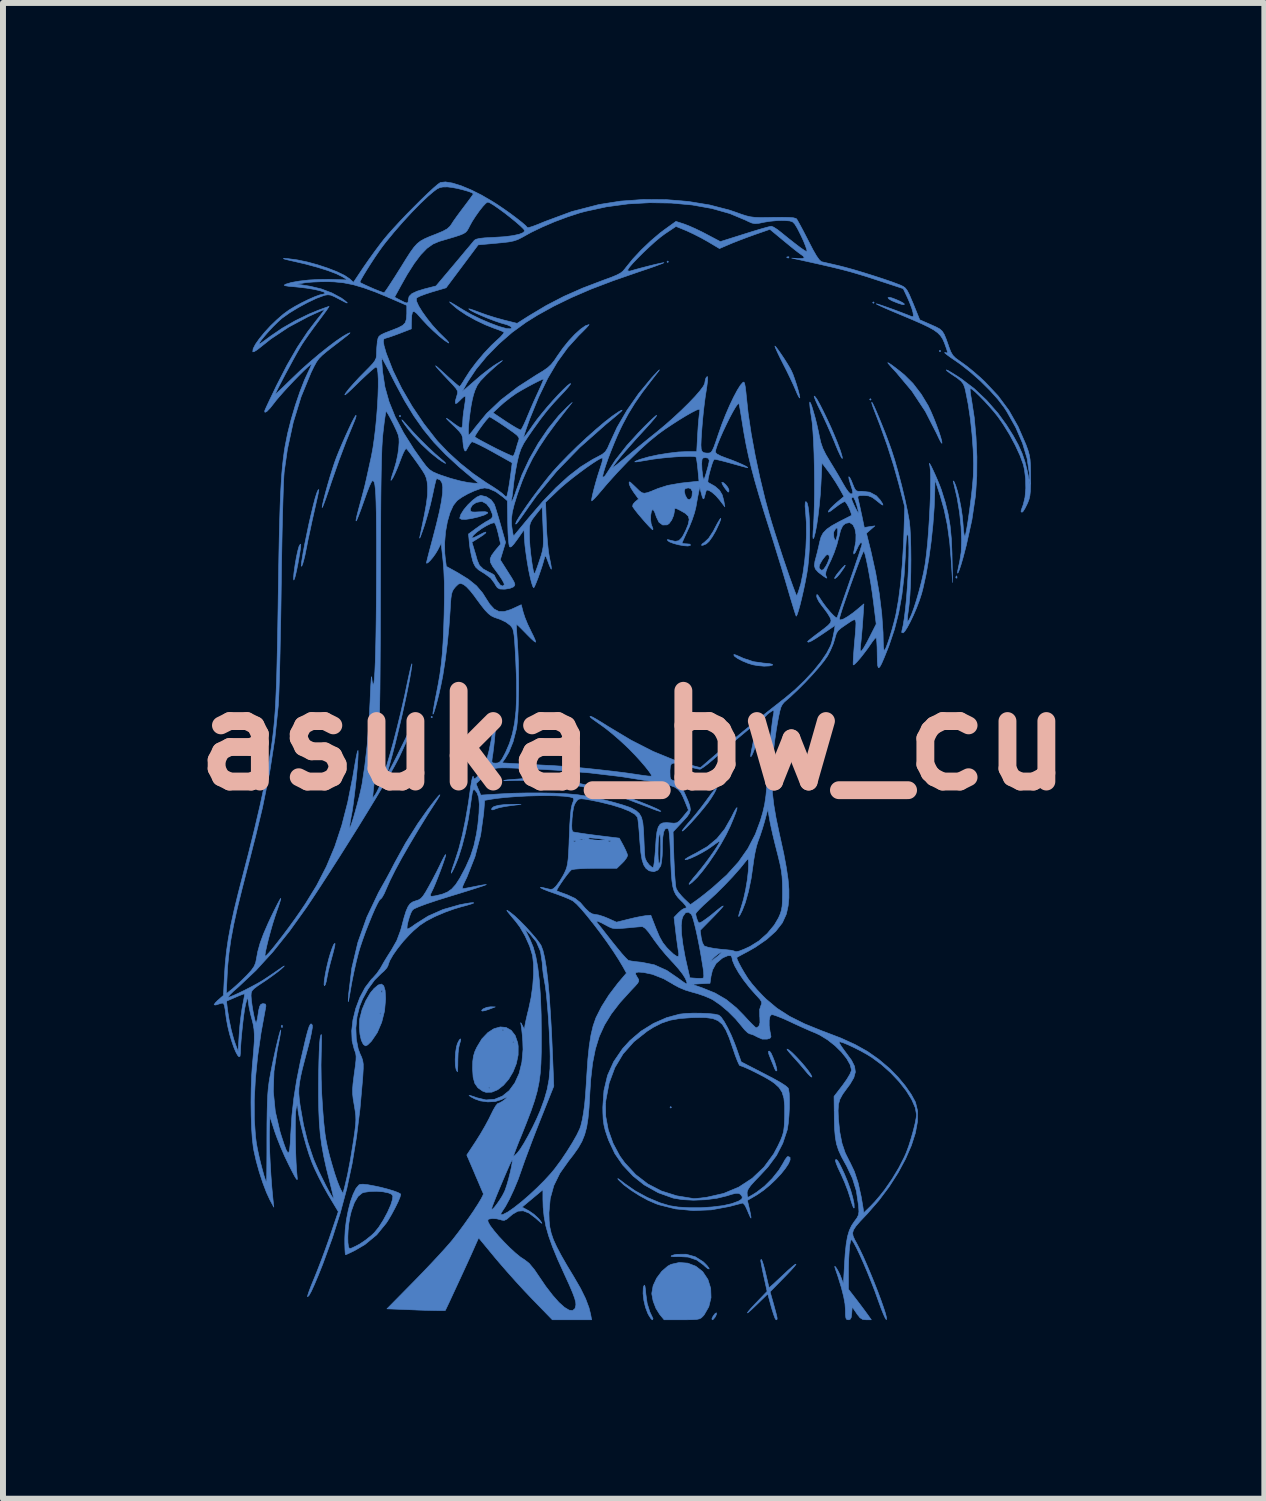
<source format=kicad_pcb>
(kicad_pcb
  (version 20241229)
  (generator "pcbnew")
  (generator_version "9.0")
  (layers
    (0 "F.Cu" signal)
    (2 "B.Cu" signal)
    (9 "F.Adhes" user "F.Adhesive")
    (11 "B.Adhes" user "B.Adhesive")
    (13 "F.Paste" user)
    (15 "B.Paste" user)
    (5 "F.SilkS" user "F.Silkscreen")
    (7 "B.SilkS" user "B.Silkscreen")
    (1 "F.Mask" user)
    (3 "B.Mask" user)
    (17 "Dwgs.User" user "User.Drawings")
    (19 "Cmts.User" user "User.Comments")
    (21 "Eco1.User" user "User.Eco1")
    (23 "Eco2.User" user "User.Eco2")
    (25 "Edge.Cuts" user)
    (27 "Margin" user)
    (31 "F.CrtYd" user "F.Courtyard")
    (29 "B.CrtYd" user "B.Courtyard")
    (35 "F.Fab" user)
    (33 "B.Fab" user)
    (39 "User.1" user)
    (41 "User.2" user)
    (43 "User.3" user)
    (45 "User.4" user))
  (footprint "asuka_bw_cu"
    (layer "B.Cu")
    (at 7.591 9.385)
    (property "Reference" "asuka_bw_cu" (at 0 0 0) (layer "B.SilkS") (effects (font (size 1.524 1.524) (thickness 0.3))))
    (attr through_hole)
    (fp_poly (pts (xy -3.912 -5.448) (xy -3.924 -5.436) (xy -3.937 -5.448) (xy -3.924 -5.461) (xy -3.912 -5.448)) (stroke (width 0.01) (type solid)) (fill yes) (layer "B.Cu"))
    (fp_poly (pts (xy -3.378 -0.394) (xy -3.391 -0.381) (xy -3.404 -0.394) (xy -3.391 -0.406) (xy -3.378 -0.394)) (stroke (width 0.01) (type solid)) (fill yes) (layer "B.Cu"))
    (fp_poly (pts (xy 0.584 -8.039) (xy 0.572 -8.026) (xy 0.559 -8.039) (xy 0.572 -8.052) (xy 0.584 -8.039)) (stroke (width 0.01) (type solid)) (fill yes) (layer "B.Cu"))
    (fp_poly (pts (xy 0.635 6.16) (xy 0.622 6.172) (xy 0.61 6.16) (xy 0.622 6.147) (xy 0.635 6.16)) (stroke (width 0.01) (type solid)) (fill yes) (layer "B.Cu"))
    (fp_poly (pts (xy 3.988 -5.728) (xy 3.975 -5.715) (xy 3.962 -5.728) (xy 3.975 -5.74) (xy 3.988 -5.728)) (stroke (width 0.01) (type solid)) (fill yes) (layer "B.Cu"))
    (fp_poly (pts (xy 4.039 -7.353) (xy 4.026 -7.341) (xy 4.013 -7.353) (xy 4.026 -7.366) (xy 4.039 -7.353)) (stroke (width 0.01) (type solid)) (fill yes) (layer "B.Cu"))
    (fp_poly (pts (xy 5.156 -6.54) (xy 5.144 -6.528) (xy 5.131 -6.54) (xy 5.144 -6.553) (xy 5.156 -6.54)) (stroke (width 0.01) (type solid)) (fill yes) (layer "B.Cu"))
    (fp_poly (pts (xy -5.901 4.784) (xy -5.898 4.814) (xy -5.901 4.818) (xy -5.916 4.814) (xy -5.918 4.801) (xy -5.909 4.78) (xy -5.901 4.784)) (stroke (width 0.01) (type solid)) (fill yes) (layer "B.Cu"))
    (fp_poly (pts (xy 2.608 -8.12) (xy 2.604 -8.104) (xy 2.591 -8.103) (xy 2.57 -8.112) (xy 2.574 -8.12) (xy 2.604 -8.123) (xy 2.608 -8.12)) (stroke (width 0.01) (type solid)) (fill yes) (layer "B.Cu"))
    (fp_poly (pts (xy 5.427 -2.76) (xy 5.43 -2.73) (xy 5.427 -2.726) (xy 5.412 -2.73) (xy 5.41 -2.743) (xy 5.419 -2.764) (xy 5.427 -2.76)) (stroke (width 0.01) (type solid)) (fill yes) (layer "B.Cu"))
    (fp_poly (pts (xy -2.324 4.474) (xy -2.413 4.508) (xy -2.494 4.536) (xy -2.543 4.544) (xy -2.554 4.533) (xy -2.529 4.508) (xy -2.467 4.481) (xy -2.402 4.472) (xy -2.324 4.474)) (stroke (width 0.01) (type solid)) (fill yes) (layer "B.Cu"))
    (fp_poly (pts (xy 1.39 9.611) (xy 1.389 9.64) (xy 1.367 9.684) (xy 1.337 9.72) (xy 1.319 9.728) (xy 1.314 9.71) (xy 1.334 9.667) (xy 1.336 9.664) (xy 1.369 9.622) (xy 1.389 9.611) (xy 1.39 9.611)) (stroke (width 0.01) (type solid)) (fill yes) (layer "B.Cu"))
    (fp_poly (pts (xy 1.507 -4.33) (xy 1.544 -4.297) (xy 1.58 -4.252) (xy 1.599 -4.211) (xy 1.6 -4.204) (xy 1.597 -4.173) (xy 1.583 -4.174) (xy 1.551 -4.212) (xy 1.527 -4.244) (xy 1.493 -4.297) (xy 1.48 -4.331) (xy 1.482 -4.335) (xy 1.507 -4.33)) (stroke (width 0.01) (type solid)) (fill yes) (layer "B.Cu"))
    (fp_poly (pts (xy 3.554 -2.938) (xy 3.529 -2.895) (xy 3.473 -2.815) (xy 3.462 -2.8) (xy 3.418 -2.748) (xy 3.382 -2.72) (xy 3.376 -2.718) (xy 3.377 -2.735) (xy 3.405 -2.78) (xy 3.446 -2.832) (xy 3.512 -2.908) (xy 3.548 -2.943) (xy 3.554 -2.938)) (stroke (width 0.01) (type solid)) (fill yes) (layer "B.Cu"))
    (fp_poly (pts (xy -2.032 1.071) (xy -1.892 1.073) (xy -2.07 1.095) (xy -2.169 1.11) (xy -2.254 1.127) (xy -2.306 1.143) (xy -2.363 1.165) (xy -2.385 1.162) (xy -2.381 1.137) (xy -2.348 1.11) (xy -2.273 1.089) (xy -2.167 1.076) (xy -2.039 1.071) (xy -2.032 1.071)) (stroke (width 0.01) (type solid)) (fill yes) (layer "B.Cu"))
    (fp_poly (pts (xy 4.336 -7.432) (xy 4.4 -7.408) (xy 4.467 -7.379) (xy 4.521 -7.35) (xy 4.546 -7.33) (xy 4.547 -7.329) (xy 4.538 -7.318) (xy 4.507 -7.322) (xy 4.442 -7.343) (xy 4.408 -7.356) (xy 4.332 -7.387) (xy 4.285 -7.416) (xy 4.271 -7.436) (xy 4.294 -7.442) (xy 4.336 -7.432)) (stroke (width 0.01) (type solid)) (fill yes) (layer "B.Cu"))
    (fp_poly (pts (xy 2.284 5.219) (xy 2.308 5.251) (xy 2.337 5.315) (xy 2.368 5.394) (xy 2.392 5.471) (xy 2.405 5.529) (xy 2.404 5.547) (xy 2.389 5.548) (xy 2.368 5.512) (xy 2.342 5.446) (xy 2.308 5.365) (xy 2.302 5.35) (xy 2.269 5.264) (xy 2.263 5.22) (xy 2.281 5.217) (xy 2.284 5.219)) (stroke (width 0.01) (type solid)) (fill yes) (layer "B.Cu"))
    (fp_poly (pts (xy 0.19 9.166) (xy 0.199 9.229) (xy 0.205 9.296) (xy 0.227 9.453) (xy 0.271 9.594) (xy 0.325 9.709) (xy 0.317 9.728) (xy 0.312 9.728) (xy 0.289 9.707) (xy 0.255 9.654) (xy 0.236 9.618) (xy 0.198 9.517) (xy 0.171 9.401) (xy 0.158 9.287) (xy 0.161 9.194) (xy 0.168 9.166) (xy 0.18 9.146) (xy 0.19 9.166)) (stroke (width 0.01) (type solid)) (fill yes) (layer "B.Cu"))
    (fp_poly (pts (xy 1.463 -3.717) (xy 1.443 -3.661) (xy 1.434 -3.639) (xy 1.38 -3.523) (xy 1.321 -3.421) (xy 1.265 -3.343) (xy 1.22 -3.302) (xy 1.163 -3.278) (xy 1.138 -3.279) (xy 1.151 -3.301) (xy 1.187 -3.327) (xy 1.26 -3.396) (xy 1.337 -3.514) (xy 1.358 -3.555) (xy 1.407 -3.648) (xy 1.443 -3.708) (xy 1.462 -3.732) (xy 1.463 -3.717)) (stroke (width 0.01) (type solid)) (fill yes) (layer "B.Cu"))
    (fp_poly (pts (xy -5.59 -3.287) (xy -5.593 -3.242) (xy -5.605 -3.158) (xy -5.627 -3.031) (xy -5.636 -2.977) (xy -5.66 -2.857) (xy -5.681 -2.767) (xy -5.697 -2.712) (xy -5.708 -2.695) (xy -5.712 -2.719) (xy -5.707 -2.788) (xy -5.704 -2.819) (xy -5.685 -2.955) (xy -5.663 -3.082) (xy -5.64 -3.187) (xy -5.62 -3.258) (xy -5.611 -3.277) (xy -5.596 -3.297) (xy -5.59 -3.287)) (stroke (width 0.01) (type solid)) (fill yes) (layer "B.Cu"))
    (fp_poly (pts (xy 2.61 5.199) (xy 2.665 5.246) (xy 2.733 5.314) (xy 2.806 5.393) (xy 2.876 5.474) (xy 2.936 5.55) (xy 2.977 5.611) (xy 2.993 5.648) (xy 2.991 5.653) (xy 2.97 5.642) (xy 2.928 5.6) (xy 2.881 5.544) (xy 2.805 5.454) (xy 2.719 5.356) (xy 2.67 5.302) (xy 2.616 5.241) (xy 2.582 5.198) (xy 2.575 5.182) (xy 2.61 5.199)) (stroke (width 0.01) (type solid)) (fill yes) (layer "B.Cu"))
    (fp_poly (pts (xy -2.905 5.038) (xy -2.923 5.096) (xy -2.937 5.157) (xy -2.948 5.25) (xy -2.952 5.355) (xy -2.952 5.366) (xy -2.953 5.458) (xy -2.956 5.528) (xy -2.959 5.561) (xy -2.96 5.563) (xy -2.973 5.543) (xy -2.982 5.522) (xy -2.995 5.453) (xy -2.997 5.354) (xy -2.991 5.245) (xy -2.976 5.146) (xy -2.959 5.088) (xy -2.927 5.027) (xy -2.907 5.011) (xy -2.905 5.038)) (stroke (width 0.01) (type solid)) (fill yes) (layer "B.Cu"))
    (fp_poly (pts (xy 1.033 8.669) (xy 1.164 8.751) (xy 1.179 8.764) (xy 1.233 8.819) (xy 1.264 8.86) (xy 1.268 8.875) (xy 1.243 8.868) (xy 1.199 8.832) (xy 1.181 8.814) (xy 1.062 8.725) (xy 0.916 8.675) (xy 0.752 8.666) (xy 0.751 8.667) (xy 0.668 8.669) (xy 0.629 8.663) (xy 0.636 8.65) (xy 0.691 8.634) (xy 0.727 8.628) (xy 0.882 8.627) (xy 1.033 8.669)) (stroke (width 0.01) (type solid)) (fill yes) (layer "B.Cu"))
    (fp_poly (pts (xy -3.881 -5.378) (xy -3.839 -5.333) (xy -3.807 -5.296) (xy -3.703 -5.18) (xy -3.582 -5.053) (xy -3.455 -4.928) (xy -3.337 -4.817) (xy -3.251 -4.743) (xy -3.183 -4.684) (xy -3.156 -4.655) (xy -3.168 -4.656) (xy -3.219 -4.686) (xy -3.279 -4.727) (xy -3.418 -4.838) (xy -3.564 -4.975) (xy -3.701 -5.123) (xy -3.77 -5.207) (xy -3.838 -5.297) (xy -3.879 -5.357) (xy -3.894 -5.385) (xy -3.881 -5.378)) (stroke (width 0.01) (type solid)) (fill yes) (layer "B.Cu"))
    (fp_poly (pts (xy 1.726 -1.432) (xy 1.797 -1.401) (xy 1.843 -1.38) (xy 2.011 -1.324) (xy 2.179 -1.3) (xy 2.274 -1.292) (xy 2.327 -1.28) (xy 2.334 -1.268) (xy 2.333 -1.267) (xy 2.278 -1.252) (xy 2.19 -1.248) (xy 2.087 -1.257) (xy 2 -1.272) (xy 1.917 -1.298) (xy 1.828 -1.335) (xy 1.75 -1.375) (xy 1.698 -1.412) (xy 1.689 -1.422) (xy 1.681 -1.44) (xy 1.69 -1.444) (xy 1.726 -1.432)) (stroke (width 0.01) (type solid)) (fill yes) (layer "B.Cu"))
    (fp_poly (pts (xy -5.015 3.409) (xy -5.017 3.437) (xy -5.031 3.501) (xy -5.054 3.591) (xy -5.066 3.634) (xy -5.097 3.748) (xy -5.125 3.859) (xy -5.143 3.947) (xy -5.146 3.962) (xy -5.162 4.046) (xy -5.178 4.1) (xy -5.192 4.119) (xy -5.199 4.1) (xy -5.196 4.037) (xy -5.194 4.026) (xy -5.177 3.918) (xy -5.153 3.801) (xy -5.125 3.684) (xy -5.094 3.577) (xy -5.064 3.489) (xy -5.039 3.429) (xy -5.019 3.407) (xy -5.015 3.409)) (stroke (width 0.01) (type solid)) (fill yes) (layer "B.Cu"))
    (fp_poly (pts (xy 3.423 7.052) (xy 3.45 7.095) (xy 3.489 7.173) (xy 3.538 7.277) (xy 3.594 7.412) (xy 3.643 7.549) (xy 3.679 7.675) (xy 3.701 7.778) (xy 3.704 7.848) (xy 3.704 7.849) (xy 3.694 7.85) (xy 3.676 7.809) (xy 3.651 7.734) (xy 3.639 7.69) (xy 3.598 7.563) (xy 3.543 7.42) (xy 3.485 7.288) (xy 3.476 7.27) (xy 3.432 7.177) (xy 3.401 7.101) (xy 3.387 7.053) (xy 3.388 7.043) (xy 3.404 7.037) (xy 3.423 7.052)) (stroke (width 0.01) (type solid)) (fill yes) (layer "B.Cu"))
    (fp_poly (pts (xy 1.386 0.821) (xy 1.357 0.878) (xy 1.298 0.974) (xy 1.293 0.981) (xy 1.246 1.048) (xy 1.181 1.13) (xy 1.107 1.219) (xy 1.029 1.309) (xy 0.955 1.391) (xy 0.89 1.459) (xy 0.841 1.505) (xy 0.816 1.521) (xy 0.814 1.519) (xy 0.829 1.493) (xy 0.871 1.439) (xy 0.932 1.368) (xy 0.956 1.341) (xy 1.04 1.242) (xy 1.135 1.122) (xy 1.222 1.006) (xy 1.238 0.983) (xy 1.311 0.884) (xy 1.361 0.824) (xy 1.387 0.803) (xy 1.386 0.821)) (stroke (width 0.01) (type solid)) (fill yes) (layer "B.Cu"))
    (fp_poly (pts (xy 3.05 -5.77) (xy 3.085 -5.719) (xy 3.131 -5.635) (xy 3.186 -5.527) (xy 3.246 -5.403) (xy 3.308 -5.27) (xy 3.366 -5.136) (xy 3.419 -5.008) (xy 3.462 -4.894) (xy 3.479 -4.843) (xy 3.501 -4.768) (xy 3.505 -4.736) (xy 3.494 -4.744) (xy 3.469 -4.789) (xy 3.432 -4.868) (xy 3.386 -4.977) (xy 3.379 -4.997) (xy 3.318 -5.142) (xy 3.247 -5.303) (xy 3.177 -5.455) (xy 3.145 -5.521) (xy 3.095 -5.622) (xy 3.057 -5.706) (xy 3.035 -5.763) (xy 3.031 -5.783) (xy 3.05 -5.77)) (stroke (width 0.01) (type solid)) (fill yes) (layer "B.Cu"))
    (fp_poly (pts (xy 2.389 -6.608) (xy 2.426 -6.56) (xy 2.475 -6.49) (xy 2.53 -6.408) (xy 2.583 -6.324) (xy 2.627 -6.25) (xy 2.648 -6.21) (xy 2.675 -6.15) (xy 2.705 -6.066) (xy 2.736 -5.973) (xy 2.763 -5.882) (xy 2.782 -5.807) (xy 2.79 -5.76) (xy 2.789 -5.752) (xy 2.774 -5.768) (xy 2.748 -5.819) (xy 2.719 -5.887) (xy 2.684 -5.968) (xy 2.632 -6.079) (xy 2.571 -6.205) (xy 2.511 -6.323) (xy 2.456 -6.432) (xy 2.412 -6.524) (xy 2.383 -6.59) (xy 2.372 -6.621) (xy 2.372 -6.623) (xy 2.389 -6.608)) (stroke (width 0.01) (type solid)) (fill yes) (layer "B.Cu"))
    (fp_poly (pts (xy -5.288 -4.197) (xy -5.296 -4.154) (xy -5.312 -4.077) (xy -5.338 -3.963) (xy -5.37 -3.821) (xy -5.405 -3.665) (xy -5.439 -3.505) (xy -5.471 -3.356) (xy -5.494 -3.236) (xy -5.499 -3.214) (xy -5.519 -3.114) (xy -5.54 -3.029) (xy -5.558 -2.966) (xy -5.573 -2.93) (xy -5.581 -2.927) (xy -5.58 -2.965) (xy -5.574 -3.01) (xy -5.552 -3.146) (xy -5.523 -3.302) (xy -5.489 -3.468) (xy -5.454 -3.636) (xy -5.417 -3.797) (xy -5.382 -3.942) (xy -5.351 -4.062) (xy -5.324 -4.149) (xy -5.308 -4.19) (xy -5.295 -4.21) (xy -5.288 -4.214) (xy -5.288 -4.197)) (stroke (width 0.01) (type solid)) (fill yes) (layer "B.Cu"))
    (fp_poly (pts (xy -1.549 0.643) (xy -1.234 0.669) (xy -0.919 0.719) (xy -0.68 0.773) (xy -0.533 0.814) (xy -0.367 0.866) (xy -0.194 0.923) (xy -0.022 0.983) (xy 0.138 1.042) (xy 0.275 1.097) (xy 0.381 1.143) (xy 0.429 1.168) (xy 0.457 1.188) (xy 0.444 1.191) (xy 0.397 1.178) (xy 0.321 1.15) (xy 0.267 1.128) (xy -0.212 0.947) (xy -0.686 0.811) (xy -1.149 0.719) (xy -1.6 0.673) (xy -1.978 0.671) (xy -2.095 0.675) (xy -2.163 0.676) (xy -2.184 0.673) (xy -2.16 0.667) (xy -2.121 0.661) (xy -1.849 0.64) (xy -1.549 0.643)) (stroke (width 0.01) (type solid)) (fill yes) (layer "B.Cu"))
    (fp_poly (pts (xy 0.909 8.777) (xy 1.044 8.829) (xy 1.157 8.917) (xy 1.159 8.919) (xy 1.247 9.051) (xy 1.294 9.201) (xy 1.299 9.357) (xy 1.262 9.509) (xy 1.184 9.645) (xy 1.161 9.671) (xy 1.135 9.696) (xy 1.104 9.712) (xy 1.056 9.722) (xy 0.984 9.726) (xy 0.875 9.728) (xy 0.81 9.728) (xy 0.512 9.728) (xy 0.436 9.636) (xy 0.374 9.536) (xy 0.327 9.413) (xy 0.305 9.296) (xy 0.305 9.279) (xy 0.327 9.155) (xy 0.386 9.029) (xy 0.472 8.914) (xy 0.574 8.826) (xy 0.628 8.797) (xy 0.765 8.766) (xy 0.909 8.777)) (stroke (width 0.01) (type solid)) (fill yes) (layer "B.Cu"))
    (fp_poly (pts (xy -4.662 -5.44) (xy -4.679 -5.389) (xy -4.688 -5.366) (xy -4.824 -5.035) (xy -4.947 -4.709) (xy -5.068 -4.362) (xy -5.083 -4.318) (xy -5.129 -4.181) (xy -5.169 -4.065) (xy -5.202 -3.977) (xy -5.223 -3.923) (xy -5.231 -3.911) (xy -5.231 -3.912) (xy -5.225 -3.959) (xy -5.205 -4.045) (xy -5.176 -4.158) (xy -5.14 -4.289) (xy -5.1 -4.426) (xy -5.058 -4.56) (xy -5.025 -4.661) (xy -4.99 -4.757) (xy -4.944 -4.871) (xy -4.891 -4.995) (xy -4.836 -5.12) (xy -4.782 -5.238) (xy -4.734 -5.339) (xy -4.695 -5.414) (xy -4.669 -5.456) (xy -4.662 -5.461) (xy -4.662 -5.44)) (stroke (width 0.01) (type solid)) (fill yes) (layer "B.Cu"))
    (fp_poly (pts (xy 4.285 -6.338) (xy 4.333 -6.306) (xy 4.401 -6.255) (xy 4.481 -6.193) (xy 4.547 -6.139) (xy 4.692 -5.994) (xy 4.83 -5.814) (xy 4.949 -5.617) (xy 4.95 -5.613) (xy 4.993 -5.523) (xy 5.039 -5.415) (xy 5.084 -5.301) (xy 5.124 -5.192) (xy 5.155 -5.097) (xy 5.174 -5.026) (xy 5.177 -4.991) (xy 5.176 -4.99) (xy 5.162 -5.006) (xy 5.133 -5.059) (xy 5.096 -5.138) (xy 5.084 -5.163) (xy 4.899 -5.525) (xy 4.673 -5.867) (xy 4.413 -6.177) (xy 4.409 -6.182) (xy 4.343 -6.253) (xy 4.294 -6.309) (xy 4.269 -6.34) (xy 4.267 -6.344) (xy 4.285 -6.338)) (stroke (width 0.01) (type solid)) (fill yes) (layer "B.Cu"))
    (fp_poly (pts (xy -0.209 -5.527) (xy -0.257 -5.484) (xy -0.339 -5.415) (xy -0.458 -5.316) (xy -0.47 -5.306) (xy -0.906 -4.92) (xy -1.293 -4.521) (xy -1.632 -4.108) (xy -1.766 -3.921) (xy -1.849 -3.801) (xy -1.908 -3.718) (xy -1.946 -3.666) (xy -1.968 -3.64) (xy -1.979 -3.634) (xy -1.981 -3.644) (xy -1.966 -3.681) (xy -1.925 -3.751) (xy -1.863 -3.845) (xy -1.785 -3.958) (xy -1.697 -4.081) (xy -1.603 -4.207) (xy -1.509 -4.329) (xy -1.421 -4.44) (xy -1.36 -4.513) (xy -1.237 -4.648) (xy -1.095 -4.794) (xy -0.942 -4.944) (xy -0.784 -5.091) (xy -0.628 -5.229) (xy -0.484 -5.351) (xy -0.357 -5.449) (xy -0.257 -5.517) (xy -0.246 -5.524) (xy -0.206 -5.545) (xy -0.193 -5.547) (xy -0.209 -5.527)) (stroke (width 0.01) (type solid)) (fill yes) (layer "B.Cu"))
    (fp_poly (pts (xy -4.197 4.12) (xy -4.174 4.197) (xy -4.166 4.322) (xy -4.166 4.345) (xy -4.183 4.54) (xy -4.231 4.731) (xy -4.305 4.905) (xy -4.401 5.046) (xy -4.415 5.061) (xy -4.467 5.112) (xy -4.502 5.128) (xy -4.531 5.11) (xy -4.543 5.097) (xy -4.574 5.033) (xy -4.596 4.935) (xy -4.606 4.821) (xy -4.603 4.706) (xy -4.598 4.664) (xy -4.577 4.585) (xy -4.267 4.585) (xy -4.255 4.597) (xy -4.242 4.585) (xy -4.255 4.572) (xy -4.267 4.585) (xy -4.577 4.585) (xy -4.561 4.52) (xy -4.499 4.372) (xy -4.423 4.241) (xy -4.402 4.216) (xy -4.242 4.216) (xy -4.233 4.237) (xy -4.225 4.233) (xy -4.222 4.203) (xy -4.225 4.199) (xy -4.24 4.203) (xy -4.242 4.216) (xy -4.402 4.216) (xy -4.362 4.167) (xy -4.29 4.106) (xy -4.235 4.09) (xy -4.197 4.12)) (stroke (width 0.01) (type solid)) (fill yes) (layer "B.Cu"))
    (fp_poly (pts (xy 1.733 1.154) (xy 1.713 1.216) (xy 1.676 1.311) (xy 1.624 1.435) (xy 1.552 1.584) (xy 1.464 1.742) (xy 1.365 1.901) (xy 1.262 2.053) (xy 1.16 2.189) (xy 1.065 2.302) (xy 0.982 2.382) (xy 0.935 2.416) (xy 0.929 2.41) (xy 0.952 2.373) (xy 1 2.311) (xy 1.053 2.249) (xy 1.124 2.163) (xy 1.201 2.064) (xy 1.277 1.961) (xy 1.346 1.863) (xy 1.402 1.779) (xy 1.438 1.717) (xy 1.448 1.691) (xy 1.43 1.697) (xy 1.383 1.728) (xy 1.327 1.769) (xy 1.248 1.824) (xy 1.154 1.88) (xy 1.056 1.932) (xy 0.967 1.973) (xy 0.898 1.998) (xy 0.863 2.002) (xy 0.872 1.988) (xy 0.919 1.958) (xy 0.995 1.917) (xy 1.043 1.893) (xy 1.24 1.78) (xy 1.398 1.648) (xy 1.529 1.487) (xy 1.641 1.29) (xy 1.69 1.192) (xy 1.722 1.139) (xy 1.736 1.127) (xy 1.733 1.154)) (stroke (width 0.01) (type solid)) (fill yes) (layer "B.Cu"))
    (fp_poly (pts (xy -2.142 4.819) (xy -2.057 4.867) (xy -1.99 4.953) (xy -1.947 5.077) (xy -1.939 5.134) (xy -1.94 5.281) (xy -1.97 5.426) (xy -2.025 5.564) (xy -2.098 5.687) (xy -2.186 5.789) (xy -2.282 5.864) (xy -2.382 5.906) (xy -2.481 5.908) (xy -2.538 5.887) (xy -2.617 5.831) (xy -2.618 5.829) (xy -2.438 5.829) (xy -2.426 5.842) (xy -2.413 5.829) (xy -2.426 5.817) (xy -2.438 5.829) (xy -2.618 5.829) (xy -2.668 5.757) (xy -2.696 5.654) (xy -2.705 5.513) (xy -2.705 5.503) (xy -2.702 5.387) (xy -2.69 5.299) (xy -2.666 5.221) (xy -2.634 5.152) (xy -2.583 5.067) (xy -2.032 5.067) (xy -2.019 5.08) (xy -2.007 5.067) (xy -2.019 5.055) (xy -2.032 5.067) (xy -2.583 5.067) (xy -2.548 5.01) (xy -2.449 4.906) (xy -2.384 4.864) (xy -2.21 4.864) (xy -2.197 4.877) (xy -2.184 4.864) (xy -2.197 4.851) (xy -2.21 4.864) (xy -2.384 4.864) (xy -2.344 4.839) (xy -2.24 4.81) (xy -2.142 4.819)) (stroke (width 0.01) (type solid)) (fill yes) (layer "B.Cu"))
    (fp_poly (pts (xy 2.156 8.736) (xy 2.177 8.797) (xy 2.202 8.888) (xy 2.224 8.979) (xy 2.246 9.073) (xy 2.263 9.146) (xy 2.273 9.185) (xy 2.274 9.188) (xy 2.292 9.175) (xy 2.34 9.133) (xy 2.409 9.069) (xy 2.479 9.004) (xy 2.59 8.9) (xy 2.669 8.831) (xy 2.714 8.796) (xy 2.726 8.795) (xy 2.703 8.828) (xy 2.644 8.895) (xy 2.548 8.996) (xy 2.536 9.008) (xy 2.291 9.258) (xy 2.352 9.474) (xy 2.383 9.588) (xy 2.402 9.661) (xy 2.41 9.703) (xy 2.407 9.723) (xy 2.397 9.728) (xy 2.391 9.728) (xy 2.375 9.705) (xy 2.352 9.644) (xy 2.324 9.556) (xy 2.311 9.511) (xy 2.252 9.293) (xy 2.061 9.479) (xy 1.977 9.559) (xy 1.926 9.603) (xy 1.909 9.613) (xy 1.924 9.59) (xy 1.97 9.535) (xy 2.048 9.452) (xy 2.091 9.407) (xy 2.241 9.251) (xy 2.187 9.006) (xy 2.164 8.899) (xy 2.147 8.808) (xy 2.136 8.748) (xy 2.134 8.731) (xy 2.141 8.712) (xy 2.156 8.736)) (stroke (width 0.01) (type solid)) (fill yes) (layer "B.Cu"))
    (fp_poly (pts (xy -3.257 0.925) (xy -3.287 0.976) (xy -3.3 0.997) (xy -3.463 1.25) (xy -3.618 1.501) (xy -3.762 1.743) (xy -3.892 1.969) (xy -4.003 2.174) (xy -4.091 2.35) (xy -4.151 2.485) (xy -4.188 2.57) (xy -4.222 2.631) (xy -4.244 2.659) (xy -4.247 2.659) (xy -4.268 2.679) (xy -4.302 2.739) (xy -4.346 2.83) (xy -4.396 2.945) (xy -4.449 3.076) (xy -4.503 3.213) (xy -4.552 3.35) (xy -4.595 3.478) (xy -4.621 3.566) (xy -4.659 3.716) (xy -4.698 3.89) (xy -4.733 4.062) (xy -4.749 4.153) (xy -4.77 4.277) (xy -4.784 4.354) (xy -4.791 4.386) (xy -4.793 4.376) (xy -4.791 4.326) (xy -4.786 4.255) (xy -4.733 3.821) (xy -4.631 3.39) (xy -4.48 2.965) (xy -4.283 2.551) (xy -4.226 2.449) (xy -4.156 2.325) (xy -4.08 2.184) (xy -4.014 2.056) (xy -4.008 2.045) (xy -3.83 1.722) (xy -3.625 1.396) (xy -3.454 1.153) (xy -3.378 1.054) (xy -3.318 0.978) (xy -3.276 0.93) (xy -3.254 0.911) (xy -3.257 0.925)) (stroke (width 0.01) (type solid)) (fill yes) (layer "B.Cu"))
    (fp_poly (pts (xy -4.463 7.46) (xy -4.36 7.479) (xy -4.247 7.503) (xy -4.136 7.532) (xy -4.036 7.562) (xy -3.959 7.59) (xy -3.917 7.613) (xy -3.912 7.622) (xy -3.924 7.67) (xy -3.957 7.749) (xy -4.006 7.848) (xy -4.063 7.955) (xy -4.124 8.058) (xy -4.154 8.104) (xy -4.315 8.301) (xy -4.515 8.466) (xy -4.679 8.562) (xy -4.756 8.6) (xy -4.814 8.627) (xy -4.838 8.636) (xy -4.844 8.612) (xy -4.848 8.549) (xy -4.851 8.455) (xy -4.851 8.373) (xy -4.85 8.338) (xy -4.8 8.338) (xy -4.798 8.433) (xy -4.789 8.502) (xy -4.773 8.533) (xy -4.769 8.534) (xy -4.731 8.522) (xy -4.666 8.491) (xy -4.6 8.456) (xy -4.502 8.39) (xy -4.401 8.309) (xy -4.353 8.263) (xy -4.28 8.173) (xy -4.204 8.054) (xy -4.134 7.924) (xy -4.079 7.8) (xy -4.049 7.704) (xy -4.044 7.649) (xy -4.066 7.619) (xy -4.116 7.598) (xy -4.206 7.579) (xy -4.318 7.57) (xy -4.432 7.574) (xy -4.526 7.588) (xy -4.56 7.6) (xy -4.629 7.657) (xy -4.69 7.76) (xy -4.742 7.905) (xy -4.764 7.997) (xy -4.783 8.109) (xy -4.795 8.226) (xy -4.8 8.338) (xy -4.85 8.338) (xy -4.844 8.214) (xy -4.824 8.05) (xy -4.793 7.891) (xy -4.755 7.743) (xy -4.71 7.618) (xy -4.663 7.522) (xy -4.614 7.464) (xy -4.594 7.454) (xy -4.545 7.451) (xy -4.463 7.46)) (stroke (width 0.01) (type solid)) (fill yes) (layer "B.Cu"))
    (fp_poly (pts (xy -2.475 -4.094) (xy -2.394 -4.042) (xy -2.342 -3.971) (xy -2.341 -3.97) (xy -2.323 -3.917) (xy -2.296 -3.829) (xy -2.262 -3.717) (xy -2.232 -3.613) (xy -2.151 -3.327) (xy -2.196 -3.18) (xy -2.24 -3.034) (xy -2.107 -2.824) (xy -2.046 -2.728) (xy -2.01 -2.665) (xy -1.995 -2.625) (xy -1.999 -2.601) (xy -2.017 -2.582) (xy -2.022 -2.578) (xy -2.078 -2.555) (xy -2.156 -2.542) (xy -2.178 -2.541) (xy -2.248 -2.544) (xy -2.289 -2.566) (xy -2.324 -2.617) (xy -2.335 -2.639) (xy -2.4 -2.726) (xy -2.505 -2.804) (xy -2.524 -2.815) (xy -2.605 -2.866) (xy -2.655 -2.913) (xy -2.687 -2.973) (xy -2.702 -3.015) (xy -2.726 -3.11) (xy -2.748 -3.225) (xy -2.758 -3.302) (xy -2.767 -3.403) (xy -2.718 -3.403) (xy -2.698 -3.402) (xy -2.648 -3.423) (xy -2.602 -3.446) (xy -2.522 -3.487) (xy -2.482 -3.5) (xy -2.484 -3.486) (xy -2.529 -3.449) (xy -2.59 -3.409) (xy -2.716 -3.33) (xy -2.679 -3.208) (xy -2.653 -3.122) (xy -2.632 -3.047) (xy -2.625 -3.023) (xy -2.59 -2.942) (xy -2.525 -2.879) (xy -2.438 -2.832) (xy -2.376 -2.801) (xy -2.34 -2.777) (xy -2.337 -2.771) (xy -2.325 -2.742) (xy -2.295 -2.687) (xy -2.286 -2.673) (xy -2.238 -2.609) (xy -2.199 -2.593) (xy -2.172 -2.616) (xy -2.18 -2.646) (xy -2.213 -2.705) (xy -2.265 -2.783) (xy -2.295 -2.824) (xy -2.366 -2.92) (xy -2.404 -2.991) (xy -2.41 -3.049) (xy -2.385 -3.109) (xy -2.329 -3.185) (xy -2.299 -3.221) (xy -2.234 -3.298) (xy -2.275 -3.478) (xy -2.298 -3.565) (xy -2.32 -3.629) (xy -2.338 -3.657) (xy -2.34 -3.658) (xy -2.396 -3.644) (xy -2.472 -3.607) (xy -2.555 -3.557) (xy -2.632 -3.501) (xy -2.69 -3.448) (xy -2.717 -3.408) (xy -2.718 -3.403) (xy -2.767 -3.403) (xy -2.774 -3.467) (xy -2.65 -3.559) (xy -2.567 -3.618) (xy -2.485 -3.671) (xy -2.442 -3.694) (xy -2.387 -3.729) (xy -2.369 -3.763) (xy -2.374 -3.804) (xy -2.414 -3.901) (xy -2.472 -3.974) (xy -2.54 -4.011) (xy -2.561 -4.013) (xy -2.642 -3.997) (xy -2.707 -3.955) (xy -2.741 -3.898) (xy -2.743 -3.882) (xy -2.739 -3.853) (xy -2.718 -3.839) (xy -2.67 -3.836) (xy -2.59 -3.84) (xy -2.497 -3.842) (xy -2.452 -3.833) (xy -2.456 -3.814) (xy -2.507 -3.787) (xy -2.606 -3.755) (xy -2.723 -3.727) (xy -2.821 -3.713) (xy -2.889 -3.714) (xy -2.92 -3.73) (xy -2.921 -3.735) (xy -2.902 -3.796) (xy -2.854 -3.873) (xy -2.786 -3.955) (xy -2.709 -4.03) (xy -2.635 -4.087) (xy -2.574 -4.114) (xy -2.565 -4.115) (xy -2.475 -4.094)) (stroke (width 0.01) (type solid)) (fill yes) (layer "B.Cu"))
    (fp_poly (pts (xy 1.129 4.58) (xy 1.255 4.585) (xy 1.361 4.596) (xy 1.43 4.612) (xy 1.431 4.612) (xy 1.47 4.647) (xy 1.521 4.721) (xy 1.579 4.825) (xy 1.639 4.95) (xy 1.696 5.088) (xy 1.726 5.169) (xy 1.806 5.397) (xy 2.196 5.598) (xy 2.355 5.681) (xy 2.471 5.746) (xy 2.548 5.796) (xy 2.591 5.833) (xy 2.601 5.852) (xy 2.612 5.926) (xy 2.616 6.036) (xy 2.615 6.166) (xy 2.608 6.3) (xy 2.597 6.425) (xy 2.582 6.524) (xy 2.578 6.542) (xy 2.504 6.764) (xy 2.399 6.968) (xy 2.255 7.162) (xy 2.129 7.298) (xy 2.031 7.4) (xy 1.964 7.475) (xy 1.925 7.531) (xy 1.907 7.575) (xy 1.905 7.597) (xy 1.909 7.65) (xy 1.919 7.671) (xy 1.946 7.658) (xy 2.003 7.625) (xy 2.065 7.586) (xy 2.197 7.485) (xy 2.327 7.355) (xy 2.439 7.215) (xy 2.505 7.107) (xy 2.543 7.039) (xy 2.576 6.995) (xy 2.59 6.985) (xy 2.626 7) (xy 2.627 7.043) (xy 2.6 7.107) (xy 2.547 7.187) (xy 2.475 7.277) (xy 2.387 7.371) (xy 2.288 7.465) (xy 2.183 7.552) (xy 2.076 7.626) (xy 2.041 7.647) (xy 1.91 7.723) (xy 1.944 7.868) (xy 1.961 7.947) (xy 1.97 8.002) (xy 1.97 8.02) (xy 1.958 8.003) (xy 1.934 7.95) (xy 1.911 7.894) (xy 1.873 7.812) (xy 1.839 7.772) (xy 1.825 7.768) (xy 1.785 7.779) (xy 1.711 7.798) (xy 1.617 7.823) (xy 1.6 7.827) (xy 1.304 7.882) (xy 1.001 7.894) (xy 0.703 7.866) (xy 0.422 7.796) (xy 0.372 7.778) (xy 0.239 7.72) (xy 0.095 7.641) (xy -0.044 7.552) (xy -0.164 7.463) (xy -0.241 7.391) (xy -0.268 7.36) (xy -0.259 7.359) (xy -0.215 7.39) (xy -0.154 7.438) (xy 0.026 7.563) (xy 0.232 7.675) (xy 0.444 7.764) (xy 0.603 7.812) (xy 0.75 7.835) (xy 0.93 7.846) (xy 1.125 7.846) (xy 1.321 7.833) (xy 1.5 7.811) (xy 1.646 7.778) (xy 1.657 7.774) (xy 1.76 7.736) (xy 1.815 7.701) (xy 1.825 7.664) (xy 1.794 7.623) (xy 1.789 7.619) (xy 1.76 7.604) (xy 1.717 7.604) (xy 1.649 7.62) (xy 1.567 7.646) (xy 1.399 7.687) (xy 1.205 7.712) (xy 1.004 7.72) (xy 0.815 7.71) (xy 0.663 7.684) (xy 0.412 7.594) (xy 0.176 7.462) (xy -0.01 7.314) (xy -0.183 7.13) (xy -0.316 6.937) (xy -0.419 6.717) (xy -0.441 6.656) (xy -0.477 6.548) (xy -0.499 6.456) (xy -0.512 6.362) (xy -0.517 6.248) (xy -0.518 6.16) (xy -0.514 6.096) (xy -0.473 6.096) (xy -0.469 6.312) (xy -0.426 6.54) (xy -0.346 6.765) (xy -0.234 6.975) (xy -0.151 7.09) (xy 0.034 7.29) (xy 0.238 7.447) (xy 0.466 7.565) (xy 0.723 7.646) (xy 1.008 7.693) (xy 1.046 7.691) (xy 1.12 7.684) (xy 1.215 7.672) (xy 1.234 7.669) (xy 1.511 7.606) (xy 1.765 7.5) (xy 1.991 7.352) (xy 2.188 7.165) (xy 2.351 6.943) (xy 2.423 6.808) (xy 2.469 6.71) (xy 2.499 6.634) (xy 2.518 6.563) (xy 2.528 6.481) (xy 2.534 6.372) (xy 2.536 6.305) (xy 2.536 6.136) (xy 2.523 6.007) (xy 2.493 5.907) (xy 2.441 5.827) (xy 2.365 5.757) (xy 2.309 5.718) (xy 2.234 5.673) (xy 2.14 5.622) (xy 2.037 5.569) (xy 1.938 5.521) (xy 1.854 5.484) (xy 1.798 5.463) (xy 1.784 5.461) (xy 1.768 5.438) (xy 1.74 5.376) (xy 1.705 5.285) (xy 1.667 5.173) (xy 1.665 5.168) (xy 1.605 4.993) (xy 1.548 4.861) (xy 1.489 4.767) (xy 1.417 4.705) (xy 1.327 4.669) (xy 1.209 4.653) (xy 1.055 4.652) (xy 0.965 4.655) (xy 0.773 4.669) (xy 0.615 4.697) (xy 0.473 4.744) (xy 0.333 4.815) (xy 0.224 4.884) (xy 0.002 5.06) (xy -0.178 5.263) (xy -0.316 5.494) (xy -0.412 5.753) (xy -0.467 6.043) (xy -0.473 6.096) (xy -0.514 6.096) (xy -0.499 5.879) (xy -0.439 5.625) (xy -0.335 5.393) (xy -0.186 5.175) (xy -0.061 5.038) (xy 0.122 4.882) (xy 0.333 4.751) (xy 0.557 4.653) (xy 0.773 4.595) (xy 0.874 4.584) (xy 0.997 4.579) (xy 1.129 4.58)) (stroke (width 0.01) (type solid)) (fill yes) (layer "B.Cu"))
    (fp_poly (pts (xy -3.043 -9.361) (xy -2.898 -9.316) (xy -2.734 -9.248) (xy -2.555 -9.159) (xy -2.37 -9.051) (xy -2.294 -9.003) (xy -2.183 -8.928) (xy -2.071 -8.849) (xy -1.967 -8.771) (xy -1.879 -8.702) (xy -1.815 -8.647) (xy -1.785 -8.614) (xy -1.783 -8.611) (xy -1.759 -8.614) (xy -1.697 -8.633) (xy -1.607 -8.667) (xy -1.498 -8.712) (xy -1.491 -8.715) (xy -1.04 -8.882) (xy -0.581 -9.001) (xy -0.58 -9.001) (xy -0.218 -9.058) (xy 0.16 -9.085) (xy 0.543 -9.083) (xy 0.919 -9.052) (xy 1.277 -8.993) (xy 1.608 -8.907) (xy 1.714 -8.871) (xy 1.814 -8.835) (xy 1.893 -8.81) (xy 1.962 -8.794) (xy 2.035 -8.785) (xy 2.126 -8.782) (xy 2.246 -8.783) (xy 2.339 -8.785) (xy 2.495 -8.786) (xy 2.607 -8.784) (xy 2.681 -8.778) (xy 2.723 -8.767) (xy 2.737 -8.758) (xy 2.757 -8.724) (xy 2.796 -8.654) (xy 2.848 -8.557) (xy 2.908 -8.441) (xy 2.935 -8.388) (xy 3.01 -8.243) (xy 3.069 -8.14) (xy 3.115 -8.075) (xy 3.149 -8.043) (xy 3.159 -8.039) (xy 3.208 -8.028) (xy 3.291 -8.009) (xy 3.394 -7.985) (xy 3.438 -7.975) (xy 3.552 -7.946) (xy 3.697 -7.906) (xy 3.86 -7.857) (xy 4.029 -7.804) (xy 4.192 -7.751) (xy 4.335 -7.702) (xy 4.447 -7.66) (xy 4.482 -7.646) (xy 4.528 -7.624) (xy 4.563 -7.597) (xy 4.594 -7.556) (xy 4.628 -7.491) (xy 4.67 -7.392) (xy 4.695 -7.334) (xy 4.804 -7.065) (xy 4.996 -6.981) (xy 5.081 -6.943) (xy 5.14 -6.911) (xy 5.182 -6.873) (xy 5.215 -6.82) (xy 5.248 -6.741) (xy 5.289 -6.626) (xy 5.293 -6.612) (xy 5.325 -6.529) (xy 5.359 -6.47) (xy 5.407 -6.421) (xy 5.483 -6.366) (xy 5.512 -6.346) (xy 5.6 -6.282) (xy 5.708 -6.194) (xy 5.821 -6.096) (xy 5.897 -6.025) (xy 6.117 -5.791) (xy 6.301 -5.544) (xy 6.455 -5.273) (xy 6.589 -4.965) (xy 6.593 -4.953) (xy 6.624 -4.868) (xy 6.644 -4.794) (xy 6.657 -4.717) (xy 6.663 -4.623) (xy 6.666 -4.498) (xy 6.666 -4.432) (xy 6.666 -4.291) (xy 6.662 -4.189) (xy 6.654 -4.113) (xy 6.64 -4.052) (xy 6.618 -3.993) (xy 6.607 -3.969) (xy 6.571 -3.897) (xy 6.54 -3.848) (xy 6.525 -3.835) (xy 6.509 -3.837) (xy 6.505 -3.852) (xy 6.516 -3.889) (xy 6.543 -3.963) (xy 6.544 -3.966) (xy 6.572 -4.085) (xy 6.585 -4.234) (xy 6.582 -4.394) (xy 6.563 -4.548) (xy 6.543 -4.636) (xy 6.488 -4.786) (xy 6.408 -4.959) (xy 6.311 -5.14) (xy 6.204 -5.313) (xy 6.119 -5.435) (xy 6.051 -5.52) (xy 5.971 -5.612) (xy 5.888 -5.703) (xy 5.807 -5.786) (xy 5.736 -5.854) (xy 5.682 -5.899) (xy 5.653 -5.914) (xy 5.651 -5.913) (xy 5.65 -5.885) (xy 5.657 -5.819) (xy 5.672 -5.731) (xy 5.675 -5.713) (xy 5.72 -5.42) (xy 5.749 -5.098) (xy 5.764 -4.765) (xy 5.762 -4.44) (xy 5.743 -4.141) (xy 5.738 -4.095) (xy 5.68 -3.705) (xy 5.587 -3.282) (xy 5.534 -3.079) (xy 5.498 -2.955) (xy 5.469 -2.867) (xy 5.449 -2.819) (xy 5.439 -2.81) (xy 5.441 -2.845) (xy 5.457 -2.924) (xy 5.474 -2.999) (xy 5.5 -3.163) (xy 5.507 -3.362) (xy 5.498 -3.588) (xy 5.473 -3.828) (xy 5.432 -4.072) (xy 5.377 -4.308) (xy 5.373 -4.322) (xy 5.366 -4.358) (xy 5.377 -4.35) (xy 5.382 -4.343) (xy 5.409 -4.279) (xy 5.44 -4.178) (xy 5.47 -4.051) (xy 5.497 -3.913) (xy 5.518 -3.774) (xy 5.53 -3.649) (xy 5.531 -3.635) (xy 5.539 -3.53) (xy 5.549 -3.46) (xy 5.56 -3.431) (xy 5.565 -3.434) (xy 5.578 -3.476) (xy 5.594 -3.56) (xy 5.613 -3.675) (xy 5.633 -3.812) (xy 5.653 -3.961) (xy 5.672 -4.113) (xy 5.688 -4.259) (xy 5.699 -4.389) (xy 5.703 -4.432) (xy 5.708 -4.642) (xy 5.701 -4.884) (xy 5.682 -5.144) (xy 5.654 -5.405) (xy 5.617 -5.651) (xy 5.574 -5.868) (xy 5.56 -5.926) (xy 5.537 -5.985) (xy 5.498 -6.035) (xy 5.431 -6.089) (xy 5.379 -6.123) (xy 5.309 -6.171) (xy 5.263 -6.206) (xy 5.25 -6.223) (xy 5.252 -6.223) (xy 5.284 -6.21) (xy 5.347 -6.173) (xy 5.432 -6.12) (xy 5.505 -6.072) (xy 5.717 -5.911) (xy 5.926 -5.714) (xy 6.116 -5.498) (xy 6.259 -5.301) (xy 6.373 -5.12) (xy 6.459 -4.964) (xy 6.523 -4.821) (xy 6.572 -4.677) (xy 6.611 -4.521) (xy 6.619 -4.483) (xy 6.655 -4.305) (xy 6.643 -4.497) (xy 6.607 -4.737) (xy 6.53 -4.993) (xy 6.416 -5.257) (xy 6.267 -5.522) (xy 6.22 -5.595) (xy 6.115 -5.732) (xy 5.979 -5.883) (xy 5.822 -6.039) (xy 5.655 -6.187) (xy 5.491 -6.316) (xy 5.41 -6.373) (xy 5.321 -6.434) (xy 5.257 -6.481) (xy 5.223 -6.51) (xy 5.225 -6.516) (xy 5.225 -6.516) (xy 5.26 -6.508) (xy 5.27 -6.519) (xy 5.26 -6.561) (xy 5.245 -6.604) (xy 5.217 -6.681) (xy 5.188 -6.745) (xy 5.152 -6.799) (xy 5.105 -6.847) (xy 5.04 -6.894) (xy 4.952 -6.943) (xy 4.835 -6.999) (xy 4.684 -7.065) (xy 4.492 -7.146) (xy 4.451 -7.163) (xy 4.323 -7.217) (xy 4.214 -7.264) (xy 4.131 -7.302) (xy 4.083 -7.326) (xy 4.073 -7.333) (xy 4.099 -7.328) (xy 4.162 -7.308) (xy 4.253 -7.276) (xy 4.363 -7.237) (xy 4.48 -7.193) (xy 4.597 -7.148) (xy 4.659 -7.123) (xy 4.69 -7.115) (xy 4.698 -7.135) (xy 4.69 -7.19) (xy 4.67 -7.26) (xy 4.635 -7.352) (xy 4.6 -7.433) (xy 4.527 -7.588) (xy 4.061 -7.741) (xy 3.911 -7.79) (xy 3.772 -7.832) (xy 3.636 -7.872) (xy 3.492 -7.91) (xy 3.332 -7.949) (xy 3.146 -7.992) (xy 2.926 -8.041) (xy 2.769 -8.076) (xy 2.654 -8.1) (xy 2.762 -8.095) (xy 2.838 -8.095) (xy 2.866 -8.107) (xy 2.847 -8.135) (xy 2.808 -8.163) (xy 2.764 -8.195) (xy 2.691 -8.252) (xy 2.601 -8.325) (xy 2.517 -8.394) (xy 2.288 -8.584) (xy 2.04 -8.498) (xy 1.91 -8.451) (xy 1.775 -8.4) (xy 1.656 -8.353) (xy 1.616 -8.336) (xy 1.441 -8.261) (xy 1.248 -8.376) (xy 1.132 -8.441) (xy 1.006 -8.505) (xy 0.895 -8.557) (xy 0.883 -8.562) (xy 0.711 -8.633) (xy 0.524 -8.508) (xy 0.449 -8.452) (xy 0.359 -8.377) (xy 0.261 -8.288) (xy 0.161 -8.194) (xy 0.068 -8.101) (xy -0.012 -8.017) (xy -0.07 -7.95) (xy -0.099 -7.905) (xy -0.102 -7.896) (xy -0.082 -7.881) (xy -0.057 -7.884) (xy 0.029 -7.909) (xy 0.133 -7.937) (xy 0.245 -7.966) (xy 0.35 -7.992) (xy 0.438 -8.012) (xy 0.495 -8.023) (xy 0.508 -8.025) (xy 0.497 -8.017) (xy 0.444 -7.996) (xy 0.356 -7.963) (xy 0.239 -7.922) (xy 0.099 -7.875) (xy 0.064 -7.863) (xy -0.348 -7.72) (xy -0.716 -7.58) (xy -1.045 -7.438) (xy -1.343 -7.293) (xy -1.616 -7.142) (xy -1.81 -7.021) (xy -2.04 -6.854) (xy -2.263 -6.66) (xy -2.468 -6.451) (xy -2.646 -6.235) (xy -2.787 -6.024) (xy -2.81 -5.984) (xy -2.878 -5.859) (xy -2.656 -6.052) (xy -2.553 -6.14) (xy -2.447 -6.223) (xy -2.354 -6.291) (xy -2.303 -6.324) (xy -2.233 -6.365) (xy -2.204 -6.381) (xy -2.212 -6.371) (xy -2.254 -6.337) (xy -2.261 -6.332) (xy -2.324 -6.279) (xy -2.405 -6.206) (xy -2.489 -6.127) (xy -2.493 -6.122) (xy -2.574 -6.038) (xy -2.627 -5.964) (xy -2.665 -5.88) (xy -2.69 -5.804) (xy -2.71 -5.723) (xy -2.73 -5.62) (xy -2.747 -5.505) (xy -2.762 -5.389) (xy -2.772 -5.284) (xy -2.776 -5.198) (xy -2.774 -5.144) (xy -2.767 -5.131) (xy -2.746 -5.15) (xy -2.705 -5.199) (xy -2.666 -5.251) (xy -2.472 -5.488) (xy -2.455 -5.504) (xy -2.363 -5.504) (xy -2.141 -5.355) (xy -2.047 -5.295) (xy -1.968 -5.248) (xy -1.914 -5.22) (xy -1.896 -5.214) (xy -1.877 -5.24) (xy -1.846 -5.301) (xy -1.807 -5.387) (xy -1.792 -5.424) (xy -1.741 -5.545) (xy -1.68 -5.686) (xy -1.619 -5.82) (xy -1.606 -5.848) (xy -1.563 -5.943) (xy -1.531 -6.017) (xy -1.514 -6.062) (xy -1.514 -6.071) (xy -1.546 -6.059) (xy -1.611 -6.028) (xy -1.697 -5.984) (xy -1.792 -5.933) (xy -1.884 -5.881) (xy -1.963 -5.834) (xy -1.977 -5.825) (xy -2.073 -5.757) (xy -2.177 -5.675) (xy -2.238 -5.621) (xy -2.363 -5.504) (xy -2.455 -5.504) (xy -2.23 -5.718) (xy -1.943 -5.939) (xy -1.634 -6.138) (xy -1.523 -6.205) (xy -1.444 -6.26) (xy -1.385 -6.315) (xy -1.332 -6.381) (xy -1.282 -6.456) (xy -1.189 -6.588) (xy -1.089 -6.712) (xy -0.988 -6.82) (xy -0.893 -6.906) (xy -0.812 -6.963) (xy -0.75 -6.985) (xy -0.749 -6.985) (xy -0.759 -6.969) (xy -0.799 -6.924) (xy -0.863 -6.859) (xy -0.922 -6.801) (xy -1.108 -6.596) (xy -1.28 -6.359) (xy -1.442 -6.084) (xy -1.595 -5.768) (xy -1.743 -5.406) (xy -1.768 -5.337) (xy -1.804 -5.236) (xy -1.831 -5.154) (xy -1.846 -5.102) (xy -1.847 -5.089) (xy -1.83 -5.105) (xy -1.791 -5.155) (xy -1.736 -5.231) (xy -1.688 -5.301) (xy -1.624 -5.389) (xy -1.543 -5.491) (xy -1.452 -5.6) (xy -1.357 -5.708) (xy -1.265 -5.808) (xy -1.182 -5.893) (xy -1.115 -5.957) (xy -1.07 -5.991) (xy -1.059 -5.994) (xy -1.065 -5.978) (xy -1.1 -5.932) (xy -1.159 -5.865) (xy -1.222 -5.798) (xy -1.343 -5.668) (xy -1.455 -5.538) (xy -1.566 -5.395) (xy -1.687 -5.227) (xy -1.773 -5.103) (xy -1.845 -4.992) (xy -1.893 -4.896) (xy -1.928 -4.793) (xy -1.954 -4.684) (xy -1.979 -4.555) (xy -2.002 -4.418) (xy -2.017 -4.299) (xy -2.019 -4.28) (xy -2.03 -4.183) (xy -2.041 -4.1) (xy -2.05 -4.051) (xy -2.058 -4.01) (xy -2.051 -4.008) (xy -2.034 -4.036) (xy -2.011 -4.088) (xy -1.986 -4.155) (xy -1.97 -4.204) (xy -1.875 -4.464) (xy -1.75 -4.731) (xy -1.601 -4.993) (xy -1.435 -5.238) (xy -1.26 -5.454) (xy -1.116 -5.601) (xy -1.032 -5.677) (xy -1.119 -5.567) (xy -1.305 -5.328) (xy -1.46 -5.116) (xy -1.589 -4.922) (xy -1.697 -4.738) (xy -1.789 -4.553) (xy -1.871 -4.361) (xy -1.947 -4.152) (xy -1.955 -4.128) (xy -2.006 -3.964) (xy -2.038 -3.834) (xy -2.052 -3.724) (xy -2.051 -3.622) (xy -2.037 -3.524) (xy -2.019 -3.429) (xy -1.766 -3.735) (xy -1.529 -4.011) (xy -1.307 -4.243) (xy -1.096 -4.436) (xy -0.892 -4.594) (xy -0.691 -4.719) (xy -0.605 -4.764) (xy -0.526 -4.807) (xy -0.476 -4.849) (xy -0.439 -4.907) (xy -0.406 -4.983) (xy -0.278 -5.26) (xy -0.112 -5.545) (xy 0.083 -5.825) (xy 0.3 -6.087) (xy 0.343 -6.134) (xy 0.4 -6.194) (xy 0.43 -6.224) (xy 0.433 -6.223) (xy 0.407 -6.187) (xy 0.352 -6.116) (xy 0.297 -6.045) (xy 0.144 -5.844) (xy 0.02 -5.665) (xy -0.087 -5.491) (xy -0.184 -5.31) (xy -0.221 -5.235) (xy -0.274 -5.12) (xy -0.328 -4.992) (xy -0.382 -4.858) (xy -0.431 -4.729) (xy -0.472 -4.612) (xy -0.502 -4.516) (xy -0.519 -4.45) (xy -0.519 -4.423) (xy -0.495 -4.429) (xy -0.473 -4.455) (xy -0.307 -4.709) (xy -0.114 -4.955) (xy 0.082 -5.17) (xy 0.178 -5.269) (xy 0.264 -5.354) (xy 0.331 -5.417) (xy 0.374 -5.454) (xy 0.386 -5.461) (xy 0.378 -5.444) (xy 0.34 -5.396) (xy 0.278 -5.324) (xy 0.197 -5.234) (xy 0.143 -5.175) (xy 0.035 -5.058) (xy -0.069 -4.94) (xy -0.166 -4.829) (xy -0.248 -4.73) (xy -0.31 -4.651) (xy -0.347 -4.598) (xy -0.356 -4.58) (xy -0.338 -4.591) (xy -0.288 -4.628) (xy -0.216 -4.687) (xy -0.133 -4.755) (xy -0.028 -4.842) (xy 0.102 -4.949) (xy 0.241 -5.062) (xy 0.374 -5.169) (xy 0.394 -5.185) (xy 0.533 -5.301) (xy 0.671 -5.423) (xy 0.805 -5.548) (xy 0.927 -5.668) (xy 1.032 -5.778) (xy 1.115 -5.874) (xy 1.171 -5.949) (xy 1.194 -5.997) (xy 1.194 -6.001) (xy 1.205 -6.065) (xy 1.219 -6.096) (xy 1.236 -6.113) (xy 1.243 -6.096) (xy 1.241 -6.041) (xy 1.229 -5.944) (xy 1.207 -5.801) (xy 1.206 -5.799) (xy 1.19 -5.68) (xy 1.172 -5.529) (xy 1.156 -5.367) (xy 1.144 -5.216) (xy 1.134 -5.068) (xy 1.13 -4.963) (xy 1.134 -4.894) (xy 1.149 -4.854) (xy 1.175 -4.834) (xy 1.216 -4.827) (xy 1.249 -4.826) (xy 1.277 -4.829) (xy 1.301 -4.842) (xy 1.323 -4.874) (xy 1.349 -4.931) (xy 1.382 -5.023) (xy 1.421 -5.139) (xy 1.48 -5.307) (xy 1.545 -5.472) (xy 1.612 -5.627) (xy 1.678 -5.765) (xy 1.739 -5.88) (xy 1.792 -5.965) (xy 1.833 -6.012) (xy 1.851 -6.02) (xy 1.863 -5.996) (xy 1.875 -5.934) (xy 1.886 -5.844) (xy 1.89 -5.801) (xy 1.923 -5.492) (xy 1.974 -5.149) (xy 2.041 -4.785) (xy 2.12 -4.413) (xy 2.209 -4.045) (xy 2.277 -3.797) (xy 2.32 -3.651) (xy 2.374 -3.479) (xy 2.435 -3.29) (xy 2.498 -3.096) (xy 2.562 -2.908) (xy 2.621 -2.736) (xy 2.673 -2.592) (xy 2.712 -2.489) (xy 2.738 -2.426) (xy 2.765 -2.495) (xy 2.808 -2.634) (xy 2.844 -2.811) (xy 2.872 -3.014) (xy 2.892 -3.231) (xy 2.901 -3.449) (xy 2.9 -3.656) (xy 2.888 -3.829) (xy 2.879 -3.934) (xy 2.882 -3.997) (xy 2.892 -4.013) (xy 2.913 -3.989) (xy 2.93 -3.922) (xy 2.943 -3.82) (xy 2.952 -3.691) (xy 2.956 -3.543) (xy 2.955 -3.383) (xy 2.95 -3.219) (xy 2.94 -3.059) (xy 2.925 -2.911) (xy 2.909 -2.808) (xy 2.883 -2.669) (xy 2.854 -2.529) (xy 2.823 -2.394) (xy 2.794 -2.275) (xy 2.767 -2.178) (xy 2.745 -2.113) (xy 2.731 -2.088) (xy 2.729 -2.089) (xy 2.719 -2.115) (xy 2.697 -2.183) (xy 2.666 -2.284) (xy 2.628 -2.409) (xy 2.59 -2.539) (xy 2.541 -2.705) (xy 2.482 -2.903) (xy 2.416 -3.116) (xy 2.351 -3.328) (xy 2.289 -3.524) (xy 2.288 -3.528) (xy 2.189 -3.841) (xy 2.106 -4.114) (xy 2.036 -4.355) (xy 1.978 -4.573) (xy 1.929 -4.775) (xy 1.888 -4.969) (xy 1.852 -5.164) (xy 1.819 -5.367) (xy 1.816 -5.388) (xy 1.798 -5.497) (xy 1.783 -5.586) (xy 1.771 -5.643) (xy 1.766 -5.659) (xy 1.747 -5.648) (xy 1.711 -5.598) (xy 1.665 -5.519) (xy 1.611 -5.418) (xy 1.555 -5.304) (xy 1.499 -5.186) (xy 1.449 -5.072) (xy 1.408 -4.971) (xy 1.381 -4.891) (xy 1.372 -4.842) (xy 1.396 -4.813) (xy 1.465 -4.777) (xy 1.568 -4.738) (xy 1.653 -4.707) (xy 1.738 -4.673) (xy 1.814 -4.64) (xy 1.874 -4.611) (xy 1.91 -4.59) (xy 1.915 -4.581) (xy 1.881 -4.587) (xy 1.88 -4.588) (xy 1.826 -4.602) (xy 1.74 -4.626) (xy 1.636 -4.655) (xy 1.6 -4.665) (xy 1.5 -4.692) (xy 1.417 -4.712) (xy 1.365 -4.723) (xy 1.355 -4.724) (xy 1.339 -4.702) (xy 1.317 -4.645) (xy 1.293 -4.566) (xy 1.27 -4.482) (xy 1.253 -4.406) (xy 1.246 -4.352) (xy 1.249 -4.335) (xy 1.365 -4.269) (xy 1.441 -4.203) (xy 1.487 -4.125) (xy 1.514 -4.026) (xy 1.531 -3.924) (xy 1.444 -4.038) (xy 1.382 -4.11) (xy 1.317 -4.167) (xy 1.262 -4.201) (xy 1.226 -4.206) (xy 1.223 -4.204) (xy 1.212 -4.174) (xy 1.196 -4.117) (xy 1.194 -4.11) (xy 1.181 -4.064) (xy 1.167 -4.058) (xy 1.151 -4.096) (xy 1.129 -4.178) (xy 1.11 -4.255) (xy 1.091 -4.166) (xy 1.076 -4.091) (xy 1.058 -3.991) (xy 1.046 -3.921) (xy 1.022 -3.824) (xy 0.982 -3.705) (xy 0.933 -3.583) (xy 0.916 -3.548) (xy 0.872 -3.452) (xy 0.837 -3.375) (xy 0.816 -3.327) (xy 0.813 -3.316) (xy 0.835 -3.306) (xy 0.889 -3.302) (xy 0.894 -3.302) (xy 0.947 -3.297) (xy 0.953 -3.28) (xy 0.949 -3.275) (xy 0.911 -3.266) (xy 0.841 -3.271) (xy 0.756 -3.286) (xy 0.672 -3.308) (xy 0.605 -3.334) (xy 0.576 -3.353) (xy 0.564 -3.372) (xy 0.591 -3.37) (xy 0.61 -3.364) (xy 0.698 -3.344) (xy 0.758 -3.355) (xy 0.806 -3.403) (xy 0.831 -3.442) (xy 0.875 -3.529) (xy 0.912 -3.619) (xy 0.918 -3.638) (xy 0.932 -3.711) (xy 0.918 -3.766) (xy 0.867 -3.815) (xy 0.783 -3.863) (xy 0.722 -3.893) (xy 0.694 -3.899) (xy 0.686 -3.882) (xy 0.686 -3.861) (xy 0.672 -3.782) (xy 0.639 -3.703) (xy 0.595 -3.643) (xy 0.562 -3.621) (xy 0.487 -3.619) (xy 0.425 -3.665) (xy 0.381 -3.754) (xy 0.375 -3.773) (xy 0.352 -3.838) (xy 0.328 -3.875) (xy 0.318 -3.878) (xy 0.298 -3.848) (xy 0.287 -3.786) (xy 0.285 -3.711) (xy 0.293 -3.641) (xy 0.305 -3.606) (xy 0.323 -3.56) (xy 0.322 -3.539) (xy 0.302 -3.552) (xy 0.259 -3.595) (xy 0.201 -3.658) (xy 0.137 -3.732) (xy 0.074 -3.806) (xy 0.022 -3.872) (xy -0.011 -3.919) (xy -0.018 -3.931) (xy -0.01 -3.968) (xy 0.026 -4.009) (xy 0.083 -4.055) (xy 0.003 -4.165) (xy -0.046 -4.241) (xy -0.074 -4.302) (xy -0.076 -4.338) (xy -0.066 -4.343) (xy -0.045 -4.327) (xy 0.001 -4.284) (xy 0.048 -4.239) (xy 0.098 -4.19) (xy 0.138 -4.161) (xy 0.179 -4.152) (xy 0.233 -4.162) (xy 0.308 -4.19) (xy 0.85 -4.19) (xy 0.866 -4.118) (xy 0.9 -4.057) (xy 0.937 -4.042) (xy 0.969 -4.071) (xy 0.98 -4.102) (xy 0.986 -4.182) (xy 0.959 -4.23) (xy 0.917 -4.242) (xy 0.865 -4.23) (xy 0.85 -4.19) (xy 0.308 -4.19) (xy 0.313 -4.192) (xy 0.406 -4.231) (xy 0.572 -4.284) (xy 0.776 -4.32) (xy 0.834 -4.327) (xy 1.097 -4.355) (xy 1.079 -4.546) (xy 1.069 -4.639) (xy 1.143 -4.639) (xy 1.147 -4.545) (xy 1.158 -4.457) (xy 1.16 -4.442) (xy 1.17 -4.397) (xy 1.179 -4.385) (xy 1.192 -4.409) (xy 1.214 -4.476) (xy 1.223 -4.508) (xy 1.248 -4.596) (xy 1.265 -4.669) (xy 1.27 -4.705) (xy 1.251 -4.741) (xy 1.206 -4.75) (xy 1.167 -4.745) (xy 1.148 -4.721) (xy 1.143 -4.664) (xy 1.143 -4.639) (xy 1.069 -4.639) (xy 1.069 -4.641) (xy 1.058 -4.716) (xy 1.049 -4.757) (xy 1.048 -4.76) (xy 1.017 -4.769) (xy 0.945 -4.772) (xy 0.843 -4.77) (xy 0.72 -4.764) (xy 0.586 -4.754) (xy 0.451 -4.74) (xy 0.324 -4.724) (xy 0.254 -4.712) (xy 0.128 -4.691) (xy 0.05 -4.679) (xy 0.018 -4.679) (xy 0.029 -4.689) (xy 0.081 -4.711) (xy 0.118 -4.724) (xy 0.249 -4.762) (xy 0.41 -4.797) (xy 0.585 -4.825) (xy 0.752 -4.845) (xy 0.89 -4.851) (xy 1.059 -4.851) (xy 1.075 -5.15) (xy 1.083 -5.273) (xy 1.092 -5.382) (xy 1.101 -5.465) (xy 1.107 -5.505) (xy 1.111 -5.55) (xy 1.098 -5.563) (xy 1.055 -5.549) (xy 0.98 -5.511) (xy 0.881 -5.455) (xy 0.766 -5.385) (xy 0.645 -5.307) (xy 0.525 -5.227) (xy 0.417 -5.149) (xy 0.409 -5.143) (xy 0.259 -5.021) (xy 0.089 -4.867) (xy -0.092 -4.691) (xy -0.272 -4.503) (xy -0.443 -4.313) (xy -0.531 -4.209) (xy -0.6 -4.128) (xy -0.657 -4.065) (xy -0.695 -4.03) (xy -0.705 -4.024) (xy -0.705 -4.053) (xy -0.692 -4.12) (xy -0.669 -4.214) (xy -0.639 -4.325) (xy -0.605 -4.442) (xy -0.569 -4.554) (xy -0.558 -4.587) (xy -0.533 -4.666) (xy -0.52 -4.724) (xy -0.521 -4.746) (xy -0.549 -4.74) (xy -0.608 -4.707) (xy -0.692 -4.653) (xy -0.793 -4.583) (xy -0.903 -4.502) (xy -1.016 -4.416) (xy -1.123 -4.33) (xy -1.217 -4.25) (xy -1.267 -4.204) (xy -1.479 -4.001) (xy -1.466 -3.62) (xy -1.458 -3.468) (xy -1.446 -3.318) (xy -1.432 -3.184) (xy -1.416 -3.082) (xy -1.412 -3.062) (xy -1.394 -2.975) (xy -1.383 -2.908) (xy -1.382 -2.877) (xy -1.382 -2.877) (xy -1.395 -2.893) (xy -1.417 -2.945) (xy -1.438 -3.002) (xy -1.466 -3.076) (xy -1.485 -3.101) (xy -1.493 -3.086) (xy -1.51 -3.021) (xy -1.536 -2.933) (xy -1.569 -2.835) (xy -1.603 -2.737) (xy -1.636 -2.652) (xy -1.662 -2.591) (xy -1.677 -2.565) (xy -1.678 -2.565) (xy -1.695 -2.589) (xy -1.716 -2.654) (xy -1.74 -2.751) (xy -1.765 -2.87) (xy -1.788 -3.003) (xy -1.808 -3.14) (xy -1.825 -3.272) (xy -1.834 -3.389) (xy -1.835 -3.401) (xy -1.838 -3.471) (xy -1.752 -3.471) (xy -1.749 -3.372) (xy -1.741 -3.257) (xy -1.729 -3.137) (xy -1.714 -3.022) (xy -1.699 -2.922) (xy -1.684 -2.846) (xy -1.67 -2.804) (xy -1.662 -2.799) (xy -1.651 -2.826) (xy -1.627 -2.889) (xy -1.596 -2.978) (xy -1.581 -3.024) (xy -1.551 -3.113) (xy -1.532 -3.186) (xy -1.52 -3.255) (xy -1.516 -3.334) (xy -1.517 -3.436) (xy -1.522 -3.576) (xy -1.522 -3.581) (xy -1.537 -3.924) (xy -1.645 -3.789) (xy -1.701 -3.715) (xy -1.733 -3.658) (xy -1.748 -3.599) (xy -1.752 -3.518) (xy -1.752 -3.471) (xy -1.838 -3.471) (xy -1.841 -3.539) (xy -1.953 -3.379) (xy -2.012 -3.299) (xy -2.051 -3.257) (xy -2.075 -3.248) (xy -2.087 -3.26) (xy -2.095 -3.299) (xy -2.103 -3.378) (xy -2.11 -3.487) (xy -2.114 -3.616) (xy -2.115 -3.663) (xy -2.121 -4.026) (xy -2.194 -4.089) (xy -2.317 -4.179) (xy -2.433 -4.23) (xy -2.502 -4.241) (xy -2.576 -4.228) (xy -2.676 -4.192) (xy -2.785 -4.142) (xy -2.889 -4.083) (xy -2.965 -4.028) (xy -3.029 -3.947) (xy -3.084 -3.826) (xy -3.128 -3.675) (xy -3.159 -3.504) (xy -3.174 -3.324) (xy -3.172 -3.145) (xy -3.164 -3.066) (xy -3.146 -2.924) (xy -2.956 -2.819) (xy -2.777 -2.709) (xy -2.64 -2.598) (xy -2.537 -2.477) (xy -2.5 -2.418) (xy -2.418 -2.29) (xy -2.342 -2.207) (xy -2.263 -2.167) (xy -2.173 -2.165) (xy -2.064 -2.199) (xy -2.017 -2.22) (xy -1.888 -2.28) (xy -1.854 -2.15) (xy -1.825 -2.062) (xy -1.78 -1.952) (xy -1.728 -1.844) (xy -1.724 -1.835) (xy -1.682 -1.751) (xy -1.654 -1.687) (xy -1.646 -1.654) (xy -1.648 -1.651) (xy -1.674 -1.668) (xy -1.725 -1.714) (xy -1.791 -1.78) (xy -1.815 -1.805) (xy -1.883 -1.874) (xy -1.935 -1.925) (xy -1.965 -1.95) (xy -1.968 -1.951) (xy -1.969 -1.924) (xy -1.966 -1.857) (xy -1.96 -1.762) (xy -1.954 -1.676) (xy -1.943 -1.495) (xy -1.935 -1.294) (xy -1.932 -1.084) (xy -1.931 -0.874) (xy -1.935 -0.673) (xy -1.941 -0.491) (xy -1.951 -0.337) (xy -1.964 -0.221) (xy -1.97 -0.189) (xy -2.024 0.02) (xy -2.095 0.196) (xy -2.159 0.305) (xy -2.21 0.376) (xy -1.949 0.391) (xy -1.81 0.398) (xy -1.644 0.407) (xy -1.478 0.416) (xy -1.384 0.42) (xy -1.218 0.431) (xy -1.015 0.447) (xy -0.789 0.468) (xy -0.556 0.493) (xy -0.329 0.519) (xy -0.122 0.545) (xy 0.051 0.57) (xy 0.062 0.572) (xy 0.163 0.587) (xy 0.244 0.597) (xy 0.291 0.599) (xy 0.299 0.598) (xy 0.293 0.571) (xy 0.272 0.54) (xy 0.61 0.54) (xy 0.612 0.614) (xy 0.625 0.652) (xy 0.657 0.67) (xy 0.689 0.678) (xy 0.731 0.691) (xy 0.766 0.719) (xy 0.8 0.771) (xy 0.843 0.858) (xy 0.856 0.885) (xy 0.91 1.007) (xy 0.943 1.096) (xy 0.953 1.162) (xy 0.938 1.219) (xy 0.899 1.278) (xy 0.833 1.351) (xy 0.815 1.37) (xy 0.662 1.534) (xy 0.676 1.979) (xy 0.683 2.129) (xy 0.69 2.265) (xy 0.699 2.377) (xy 0.708 2.456) (xy 0.715 2.488) (xy 0.747 2.542) (xy 0.803 2.61) (xy 0.846 2.655) (xy 0.953 2.757) (xy 1.041 2.694) (xy 1.101 2.65) (xy 1.185 2.585) (xy 1.279 2.509) (xy 1.321 2.475) (xy 1.563 2.258) (xy 1.76 2.04) (xy 1.918 1.815) (xy 2.043 1.575) (xy 2.128 1.346) (xy 2.169 1.207) (xy 2.2 1.072) (xy 2.221 0.928) (xy 2.237 0.761) (xy 2.248 0.572) (xy 2.256 0.437) (xy 2.268 0.285) (xy 2.281 0.123) (xy 2.297 -0.037) (xy 2.313 -0.186) (xy 2.328 -0.313) (xy 2.342 -0.41) (xy 2.353 -0.464) (xy 2.355 -0.5) (xy 2.328 -0.499) (xy 2.271 -0.46) (xy 2.243 -0.437) (xy 2.195 -0.386) (xy 2.161 -0.324) (xy 2.135 -0.234) (xy 2.125 -0.19) (xy 2.102 -0.093) (xy 2.072 0.01) (xy 2.041 0.109) (xy 2.01 0.193) (xy 1.984 0.251) (xy 1.968 0.273) (xy 1.966 0.272) (xy 1.966 0.244) (xy 1.976 0.18) (xy 1.994 0.094) (xy 1.995 0.089) (xy 2.014 -0.013) (xy 2.026 -0.11) (xy 2.027 -0.173) (xy 2.019 -0.262) (xy 1.765 -0.05) (xy 1.647 0.049) (xy 1.523 0.155) (xy 1.408 0.255) (xy 1.331 0.322) (xy 1.248 0.392) (xy 1.176 0.446) (xy 1.126 0.478) (xy 1.111 0.483) (xy 1.07 0.476) (xy 0.994 0.458) (xy 0.898 0.432) (xy 0.86 0.421) (xy 0.748 0.39) (xy 0.676 0.379) (xy 0.635 0.391) (xy 0.616 0.431) (xy 0.61 0.503) (xy 0.61 0.54) (xy 0.272 0.54) (xy 0.256 0.516) (xy 0.195 0.439) (xy 0.117 0.348) (xy 0.027 0.249) (xy -0.068 0.151) (xy -0.139 0.082) (xy -0.246 -0.016) (xy -0.361 -0.115) (xy -0.468 -0.201) (xy -0.528 -0.245) (xy -0.628 -0.316) (xy -0.692 -0.362) (xy -0.725 -0.389) (xy -0.734 -0.403) (xy -0.724 -0.406) (xy -0.721 -0.406) (xy -0.69 -0.393) (xy -0.627 -0.358) (xy -0.539 -0.305) (xy -0.437 -0.241) (xy -0.434 -0.239) (xy -0.043 -0.005) (xy 0.328 0.184) (xy 0.68 0.328) (xy 0.935 0.407) (xy 1.122 0.456) (xy 1.456 0.169) (xy 1.641 0.012) (xy 1.829 -0.145) (xy 2.03 -0.308) (xy 2.252 -0.485) (xy 2.506 -0.685) (xy 2.535 -0.707) (xy 2.707 -0.851) (xy 2.869 -1.006) (xy 3.017 -1.165) (xy 3.143 -1.321) (xy 3.242 -1.467) (xy 3.308 -1.594) (xy 3.326 -1.649) (xy 3.348 -1.74) (xy 3.367 -1.834) (xy 3.367 -1.837) (xy 3.384 -1.933) (xy 3.177 -1.792) (xy 3.062 -1.716) (xy 2.984 -1.67) (xy 2.938 -1.651) (xy 2.921 -1.658) (xy 2.921 -1.661) (xy 2.94 -1.68) (xy 2.991 -1.721) (xy 3.063 -1.777) (xy 3.096 -1.801) (xy 3.199 -1.879) (xy 3.266 -1.934) (xy 3.303 -1.975) (xy 3.315 -2.009) (xy 3.309 -2.038) (xy 3.454 -2.038) (xy 3.472 -2.024) (xy 3.522 -2.039) (xy 3.595 -2.081) (xy 3.686 -2.145) (xy 3.743 -2.191) (xy 3.866 -2.294) (xy 3.848 -2.017) (xy 3.838 -1.887) (xy 3.827 -1.76) (xy 3.817 -1.654) (xy 3.811 -1.607) (xy 3.804 -1.533) (xy 3.81 -1.499) (xy 3.83 -1.507) (xy 3.866 -1.559) (xy 3.92 -1.654) (xy 3.964 -1.74) (xy 4.073 -1.955) (xy 4.03 -2.305) (xy 4.009 -2.462) (xy 3.985 -2.622) (xy 3.958 -2.778) (xy 3.932 -2.919) (xy 3.907 -3.038) (xy 3.886 -3.126) (xy 3.869 -3.175) (xy 3.865 -3.18) (xy 3.853 -3.162) (xy 3.827 -3.104) (xy 3.791 -3.013) (xy 3.747 -2.898) (xy 3.698 -2.765) (xy 3.647 -2.625) (xy 3.597 -2.483) (xy 3.55 -2.348) (xy 3.509 -2.228) (xy 3.478 -2.131) (xy 3.459 -2.064) (xy 3.454 -2.038) (xy 3.309 -2.038) (xy 3.308 -2.044) (xy 3.292 -2.077) (xy 3.254 -2.139) (xy 3.197 -2.217) (xy 3.164 -2.259) (xy 3.113 -2.329) (xy 3.08 -2.393) (xy 3.073 -2.422) (xy 3.077 -2.451) (xy 3.092 -2.443) (xy 3.124 -2.394) (xy 3.178 -2.313) (xy 3.239 -2.231) (xy 3.302 -2.156) (xy 3.357 -2.098) (xy 3.397 -2.064) (xy 3.416 -2.062) (xy 3.427 -2.095) (xy 3.452 -2.168) (xy 3.49 -2.276) (xy 3.536 -2.41) (xy 3.59 -2.564) (xy 3.631 -2.683) (xy 3.688 -2.847) (xy 3.738 -2.996) (xy 3.781 -3.122) (xy 3.812 -3.22) (xy 3.831 -3.281) (xy 3.835 -3.299) (xy 3.827 -3.328) (xy 3.804 -3.314) (xy 3.772 -3.263) (xy 3.753 -3.221) (xy 3.719 -3.153) (xy 3.698 -3.131) (xy 3.693 -3.155) (xy 3.708 -3.224) (xy 3.709 -3.227) (xy 3.731 -3.345) (xy 3.733 -3.458) (xy 3.716 -3.554) (xy 3.682 -3.623) (xy 3.633 -3.656) (xy 3.62 -3.658) (xy 3.558 -3.646) (xy 3.511 -3.606) (xy 3.475 -3.53) (xy 3.445 -3.41) (xy 3.443 -3.404) (xy 3.412 -3.286) (xy 3.365 -3.15) (xy 3.312 -3.025) (xy 3.305 -3.011) (xy 3.255 -2.906) (xy 3.229 -2.835) (xy 3.223 -2.788) (xy 3.231 -2.759) (xy 3.245 -2.729) (xy 3.235 -2.728) (xy 3.193 -2.756) (xy 3.184 -2.762) (xy 3.099 -2.827) (xy 3.051 -2.881) (xy 3.043 -2.908) (xy 3.113 -2.908) (xy 3.126 -2.881) (xy 3.156 -2.858) (xy 3.187 -2.87) (xy 3.225 -2.923) (xy 3.253 -2.974) (xy 3.285 -3.057) (xy 3.283 -3.108) (xy 3.25 -3.124) (xy 3.224 -3.104) (xy 3.184 -3.054) (xy 3.161 -3.021) (xy 3.122 -2.952) (xy 3.113 -2.908) (xy 3.043 -2.908) (xy 3.035 -2.936) (xy 3.044 -3.008) (xy 3.056 -3.053) (xy 3.084 -3.16) (xy 3.112 -3.28) (xy 3.124 -3.335) (xy 3.147 -3.419) (xy 3.183 -3.487) (xy 3.193 -3.496) (xy 3.356 -3.496) (xy 3.362 -3.413) (xy 3.37 -3.388) (xy 3.385 -3.359) (xy 3.399 -3.375) (xy 3.406 -3.393) (xy 3.421 -3.455) (xy 3.427 -3.515) (xy 3.425 -3.563) (xy 3.409 -3.569) (xy 3.391 -3.556) (xy 3.356 -3.496) (xy 3.193 -3.496) (xy 3.241 -3.547) (xy 3.328 -3.607) (xy 3.453 -3.676) (xy 3.497 -3.698) (xy 3.574 -3.737) (xy 3.631 -3.766) (xy 3.655 -3.778) (xy 3.656 -3.804) (xy 3.638 -3.857) (xy 3.61 -3.92) (xy 3.578 -3.977) (xy 3.552 -4.01) (xy 3.545 -4.013) (xy 3.509 -3.998) (xy 3.448 -3.959) (xy 3.378 -3.907) (xy 3.307 -3.853) (xy 3.272 -3.835) (xy 3.271 -3.849) (xy 3.273 -3.854) (xy 3.308 -3.9) (xy 3.369 -3.96) (xy 3.417 -4.002) (xy 3.493 -4.065) (xy 3.658 -4.065) (xy 3.667 -4.031) (xy 3.691 -3.974) (xy 3.721 -3.91) (xy 3.751 -3.854) (xy 3.772 -3.821) (xy 3.777 -3.819) (xy 3.774 -3.845) (xy 3.76 -3.905) (xy 3.745 -3.958) (xy 3.72 -4.031) (xy 3.695 -4.079) (xy 3.682 -4.089) (xy 3.658 -4.07) (xy 3.658 -4.065) (xy 3.493 -4.065) (xy 3.532 -4.096) (xy 3.452 -4.239) (xy 3.391 -4.34) (xy 3.317 -4.452) (xy 3.267 -4.521) (xy 3.162 -4.661) (xy 3.145 -4.305) (xy 3.134 -4.127) (xy 3.117 -3.946) (xy 3.097 -3.774) (xy 3.075 -3.621) (xy 3.051 -3.496) (xy 3.028 -3.41) (xy 3.024 -3.401) (xy 3.014 -3.389) (xy 3.01 -3.423) (xy 3.013 -3.507) (xy 3.018 -3.569) (xy 3.027 -3.732) (xy 3.033 -3.925) (xy 3.037 -4.14) (xy 3.037 -4.366) (xy 3.034 -4.593) (xy 3.029 -4.814) (xy 3.021 -5.017) (xy 3.01 -5.194) (xy 2.998 -5.335) (xy 2.99 -5.395) (xy 2.973 -5.507) (xy 2.961 -5.6) (xy 2.956 -5.662) (xy 2.957 -5.683) (xy 2.97 -5.668) (xy 2.991 -5.613) (xy 3.017 -5.528) (xy 3.047 -5.423) (xy 3.076 -5.308) (xy 3.102 -5.192) (xy 3.116 -5.122) (xy 3.142 -5.006) (xy 3.176 -4.907) (xy 3.226 -4.805) (xy 3.289 -4.699) (xy 3.361 -4.581) (xy 3.436 -4.456) (xy 3.5 -4.344) (xy 3.518 -4.312) (xy 3.567 -4.23) (xy 3.611 -4.169) (xy 3.643 -4.141) (xy 3.647 -4.14) (xy 3.672 -4.145) (xy 3.68 -4.165) (xy 3.671 -4.211) (xy 3.645 -4.294) (xy 3.642 -4.302) (xy 3.617 -4.388) (xy 3.612 -4.428) (xy 3.625 -4.422) (xy 3.654 -4.368) (xy 3.676 -4.312) (xy 3.707 -4.237) (xy 3.733 -4.197) (xy 3.768 -4.184) (xy 3.824 -4.185) (xy 3.833 -4.185) (xy 3.964 -4.17) (xy 4.075 -4.11) (xy 4.138 -4.041) (xy 4.179 -3.979) (xy 4.186 -3.953) (xy 4.159 -3.965) (xy 4.098 -4.013) (xy 4.085 -4.024) (xy 4.01 -4.081) (xy 3.944 -4.108) (xy 3.866 -4.115) (xy 3.797 -4.113) (xy 3.767 -4.101) (xy 3.765 -4.074) (xy 3.769 -4.058) (xy 3.781 -4.007) (xy 3.8 -3.922) (xy 3.822 -3.819) (xy 3.829 -3.789) (xy 3.873 -3.577) (xy 3.962 -3.591) (xy 4.051 -3.604) (xy 3.98 -3.542) (xy 3.909 -3.48) (xy 3.986 -3.169) (xy 4.063 -2.821) (xy 4.124 -2.47) (xy 4.166 -2.128) (xy 4.188 -1.811) (xy 4.191 -1.665) (xy 4.194 -1.578) (xy 4.202 -1.524) (xy 4.213 -1.512) (xy 4.213 -1.513) (xy 4.235 -1.553) (xy 4.265 -1.631) (xy 4.3 -1.735) (xy 4.336 -1.855) (xy 4.37 -1.979) (xy 4.399 -2.095) (xy 4.407 -2.134) (xy 4.449 -2.37) (xy 4.484 -2.647) (xy 4.511 -2.956) (xy 4.531 -3.287) (xy 4.537 -3.442) (xy 4.552 -3.924) (xy 4.45 -4.318) (xy 4.364 -4.624) (xy 4.259 -4.953) (xy 4.141 -5.284) (xy 4.049 -5.522) (xy 4.019 -5.601) (xy 4 -5.659) (xy 3.998 -5.682) (xy 4.011 -5.665) (xy 4.039 -5.609) (xy 4.078 -5.521) (xy 4.125 -5.41) (xy 4.176 -5.284) (xy 4.229 -5.152) (xy 4.278 -5.021) (xy 4.322 -4.899) (xy 4.328 -4.882) (xy 4.383 -4.711) (xy 4.441 -4.507) (xy 4.499 -4.287) (xy 4.552 -4.066) (xy 4.596 -3.862) (xy 4.627 -3.696) (xy 4.64 -3.579) (xy 4.649 -3.422) (xy 4.654 -3.238) (xy 4.656 -3.038) (xy 4.654 -2.832) (xy 4.649 -2.632) (xy 4.64 -2.45) (xy 4.627 -2.297) (xy 4.618 -2.218) (xy 4.604 -2.118) (xy 4.597 -2.042) (xy 4.597 -2.001) (xy 4.601 -1.996) (xy 4.629 -2.034) (xy 4.665 -2.113) (xy 4.706 -2.224) (xy 4.749 -2.358) (xy 4.792 -2.507) (xy 4.832 -2.661) (xy 4.867 -2.812) (xy 4.893 -2.951) (xy 4.9 -2.997) (xy 4.919 -3.151) (xy 4.937 -3.328) (xy 4.952 -3.52) (xy 4.965 -3.718) (xy 4.975 -3.916) (xy 4.983 -4.105) (xy 4.986 -4.277) (xy 4.987 -4.424) (xy 4.983 -4.538) (xy 4.974 -4.612) (xy 4.971 -4.623) (xy 4.964 -4.654) (xy 4.973 -4.646) (xy 4.995 -4.608) (xy 5.025 -4.546) (xy 5.061 -4.468) (xy 5.098 -4.383) (xy 5.133 -4.299) (xy 5.162 -4.223) (xy 5.167 -4.209) (xy 5.232 -4.001) (xy 5.28 -3.805) (xy 5.314 -3.605) (xy 5.335 -3.386) (xy 5.346 -3.135) (xy 5.346 -3.099) (xy 5.356 -2.654) (xy 5.334 -3.01) (xy 5.307 -3.333) (xy 5.268 -3.618) (xy 5.214 -3.877) (xy 5.145 -4.121) (xy 5.144 -4.122) (xy 5.06 -4.381) (xy 5.057 -4.19) (xy 5.047 -3.917) (xy 5.026 -3.628) (xy 4.995 -3.335) (xy 4.956 -3.051) (xy 4.91 -2.787) (xy 4.859 -2.556) (xy 4.835 -2.465) (xy 4.798 -2.351) (xy 4.751 -2.227) (xy 4.698 -2.104) (xy 4.644 -1.991) (xy 4.594 -1.897) (xy 4.552 -1.832) (xy 4.525 -1.807) (xy 4.501 -1.814) (xy 4.505 -1.845) (xy 4.525 -1.932) (xy 4.545 -2.056) (xy 4.564 -2.208) (xy 4.581 -2.381) (xy 4.595 -2.565) (xy 4.607 -2.751) (xy 4.616 -2.933) (xy 4.621 -3.101) (xy 4.622 -3.246) (xy 4.618 -3.361) (xy 4.609 -3.437) (xy 4.604 -3.453) (xy 4.594 -3.463) (xy 4.585 -3.435) (xy 4.577 -3.366) (xy 4.57 -3.252) (xy 4.564 -3.122) (xy 4.541 -2.762) (xy 4.504 -2.441) (xy 4.451 -2.146) (xy 4.38 -1.867) (xy 4.288 -1.594) (xy 4.265 -1.535) (xy 4.206 -1.388) (xy 4.162 -1.287) (xy 4.131 -1.232) (xy 4.11 -1.222) (xy 4.098 -1.257) (xy 4.092 -1.334) (xy 4.09 -1.453) (xy 4.09 -1.454) (xy 4.088 -1.565) (xy 4.083 -1.654) (xy 4.077 -1.711) (xy 4.07 -1.727) (xy 4.046 -1.707) (xy 4.008 -1.658) (xy 3.99 -1.632) (xy 3.932 -1.548) (xy 3.868 -1.463) (xy 3.805 -1.383) (xy 3.749 -1.319) (xy 3.707 -1.278) (xy 3.688 -1.269) (xy 3.687 -1.27) (xy 3.686 -1.303) (xy 3.689 -1.377) (xy 3.696 -1.48) (xy 3.705 -1.601) (xy 3.706 -1.614) (xy 3.721 -1.777) (xy 3.73 -1.895) (xy 3.733 -1.973) (xy 3.726 -2.016) (xy 3.708 -2.029) (xy 3.676 -2.018) (xy 3.629 -1.988) (xy 3.571 -1.949) (xy 3.487 -1.891) (xy 3.435 -1.846) (xy 3.405 -1.8) (xy 3.386 -1.74) (xy 3.379 -1.712) (xy 3.351 -1.622) (xy 3.305 -1.514) (xy 3.257 -1.422) (xy 3.198 -1.337) (xy 3.11 -1.228) (xy 3.001 -1.104) (xy 2.879 -0.974) (xy 2.753 -0.848) (xy 2.632 -0.734) (xy 2.576 -0.685) (xy 2.53 -0.645) (xy 2.498 -0.607) (xy 2.474 -0.561) (xy 2.455 -0.495) (xy 2.434 -0.398) (xy 2.418 -0.313) (xy 2.394 -0.171) (xy 2.369 -0.000015) (xy 2.348 0.176) (xy 2.334 0.314) (xy 2.322 0.51) (xy 2.32 0.696) (xy 2.33 0.881) (xy 2.353 1.078) (xy 2.39 1.297) (xy 2.443 1.549) (xy 2.461 1.63) (xy 2.521 1.903) (xy 2.564 2.135) (xy 2.593 2.331) (xy 2.607 2.499) (xy 2.607 2.646) (xy 2.594 2.778) (xy 2.567 2.902) (xy 2.561 2.922) (xy 2.497 3.062) (xy 2.386 3.204) (xy 2.232 3.342) (xy 2.041 3.473) (xy 1.918 3.543) (xy 1.833 3.588) (xy 1.768 3.623) (xy 1.734 3.643) (xy 1.732 3.645) (xy 1.737 3.672) (xy 1.764 3.731) (xy 1.807 3.812) (xy 1.86 3.903) (xy 1.918 3.995) (xy 1.931 4.013) (xy 1.991 4.092) (xy 2.076 4.19) (xy 2.171 4.29) (xy 2.226 4.344) (xy 2.407 4.496) (xy 2.62 4.633) (xy 2.87 4.758) (xy 3.164 4.877) (xy 3.2 4.89) (xy 3.48 4.997) (xy 3.719 5.106) (xy 3.927 5.222) (xy 4.113 5.352) (xy 4.288 5.5) (xy 4.303 5.513) (xy 4.438 5.651) (xy 4.56 5.798) (xy 4.661 5.943) (xy 4.731 6.071) (xy 4.734 6.08) (xy 4.769 6.224) (xy 4.767 6.396) (xy 4.731 6.591) (xy 4.663 6.803) (xy 4.565 7.028) (xy 4.44 7.26) (xy 4.29 7.494) (xy 4.117 7.725) (xy 3.923 7.948) (xy 3.902 7.97) (xy 3.801 8.077) (xy 3.732 8.157) (xy 3.692 8.218) (xy 3.677 8.27) (xy 3.685 8.322) (xy 3.712 8.383) (xy 3.743 8.439) (xy 3.795 8.54) (xy 3.854 8.664) (xy 3.916 8.805) (xy 3.98 8.956) (xy 4.043 9.11) (xy 4.102 9.261) (xy 4.154 9.401) (xy 4.197 9.524) (xy 4.229 9.623) (xy 4.246 9.692) (xy 4.246 9.723) (xy 4.241 9.724) (xy 4.224 9.698) (xy 4.194 9.633) (xy 4.156 9.538) (xy 4.114 9.423) (xy 4.105 9.398) (xy 4.05 9.245) (xy 3.988 9.086) (xy 3.924 8.927) (xy 3.86 8.776) (xy 3.799 8.64) (xy 3.745 8.526) (xy 3.7 8.441) (xy 3.668 8.391) (xy 3.656 8.382) (xy 3.642 8.406) (xy 3.629 8.474) (xy 3.619 8.579) (xy 3.611 8.713) (xy 3.607 8.869) (xy 3.607 8.932) (xy 3.607 9.215) (xy 3.741 9.389) (xy 3.811 9.481) (xy 3.876 9.568) (xy 3.925 9.635) (xy 3.933 9.646) (xy 3.991 9.728) (xy 3.904 9.728) (xy 3.846 9.722) (xy 3.801 9.694) (xy 3.753 9.634) (xy 3.744 9.62) (xy 3.67 9.512) (xy 3.662 9.62) (xy 3.653 9.69) (xy 3.633 9.722) (xy 3.605 9.728) (xy 3.579 9.723) (xy 3.564 9.699) (xy 3.557 9.645) (xy 3.556 9.563) (xy 3.549 9.46) (xy 3.526 9.336) (xy 3.487 9.183) (xy 3.429 8.996) (xy 3.384 8.865) (xy 3.376 8.832) (xy 3.386 8.835) (xy 3.408 8.865) (xy 3.436 8.914) (xy 3.465 8.973) (xy 3.477 9.003) (xy 3.523 9.124) (xy 3.539 8.823) (xy 3.552 8.619) (xy 3.569 8.457) (xy 3.591 8.33) (xy 3.621 8.229) (xy 3.66 8.146) (xy 3.702 8.083) (xy 3.75 8.018) (xy 3.775 7.967) (xy 3.783 7.911) (xy 3.778 7.829) (xy 3.775 7.8) (xy 3.74 7.565) (xy 3.675 7.354) (xy 3.575 7.143) (xy 3.557 7.112) (xy 3.489 6.987) (xy 3.44 6.879) (xy 3.406 6.774) (xy 3.386 6.66) (xy 3.374 6.523) (xy 3.369 6.351) (xy 3.369 6.322) (xy 3.368 6.215) (xy 3.433 6.215) (xy 3.438 6.349) (xy 3.461 6.575) (xy 3.498 6.763) (xy 3.553 6.926) (xy 3.628 7.076) (xy 3.633 7.084) (xy 3.706 7.237) (xy 3.769 7.428) (xy 3.821 7.662) (xy 3.85 7.833) (xy 3.864 7.932) (xy 3.979 7.82) (xy 4.053 7.742) (xy 4.137 7.643) (xy 4.215 7.545) (xy 4.216 7.543) (xy 4.34 7.364) (xy 4.454 7.174) (xy 4.546 6.994) (xy 4.578 6.921) (xy 4.618 6.813) (xy 4.658 6.686) (xy 4.695 6.556) (xy 4.725 6.435) (xy 4.744 6.337) (xy 4.75 6.283) (xy 4.729 6.166) (xy 4.67 6.031) (xy 4.578 5.883) (xy 4.459 5.731) (xy 4.319 5.582) (xy 4.163 5.443) (xy 4.001 5.323) (xy 3.915 5.27) (xy 3.813 5.213) (xy 3.706 5.159) (xy 3.606 5.112) (xy 3.522 5.077) (xy 3.466 5.06) (xy 3.452 5.06) (xy 3.455 5.082) (xy 3.486 5.133) (xy 3.537 5.205) (xy 3.567 5.245) (xy 3.658 5.369) (xy 3.71 5.473) (xy 3.723 5.568) (xy 3.697 5.663) (xy 3.633 5.772) (xy 3.581 5.842) (xy 3.509 5.941) (xy 3.463 6.026) (xy 3.439 6.111) (xy 3.433 6.215) (xy 3.368 6.215) (xy 3.365 5.977) (xy 3.512 5.786) (xy 3.582 5.687) (xy 3.632 5.603) (xy 3.656 5.544) (xy 3.658 5.533) (xy 3.636 5.445) (xy 3.578 5.342) (xy 3.49 5.232) (xy 3.381 5.125) (xy 3.258 5.028) (xy 3.13 4.949) (xy 3.061 4.916) (xy 2.96 4.874) (xy 2.834 4.818) (xy 2.7 4.757) (xy 2.62 4.719) (xy 2.512 4.67) (xy 2.417 4.632) (xy 2.347 4.608) (xy 2.315 4.603) (xy 2.289 4.632) (xy 2.276 4.698) (xy 2.276 4.789) (xy 2.291 4.893) (xy 2.297 4.919) (xy 2.306 4.975) (xy 2.288 5.001) (xy 2.241 5.015) (xy 2.159 5.015) (xy 2.079 4.98) (xy 2.013 4.946) (xy 1.959 4.928) (xy 1.952 4.928) (xy 1.915 4.908) (xy 1.863 4.858) (xy 1.818 4.803) (xy 1.712 4.676) (xy 1.587 4.551) (xy 1.455 4.44) (xy 1.331 4.355) (xy 1.29 4.334) (xy 1.192 4.292) (xy 1.072 4.251) (xy 0.978 4.225) (xy 0.869 4.192) (xy 0.763 4.148) (xy 0.691 4.109) (xy 0.666 4.094) (xy 0.978 4.094) (xy 1.147 4.152) (xy 1.367 4.241) (xy 1.554 4.35) (xy 1.726 4.49) (xy 1.844 4.61) (xy 1.923 4.696) (xy 1.99 4.765) (xy 2.038 4.811) (xy 2.058 4.826) (xy 2.088 4.809) (xy 2.105 4.792) (xy 2.121 4.74) (xy 2.119 4.652) (xy 2.117 4.638) (xy 2.115 4.519) (xy 2.135 4.456) (xy 2.15 4.419) (xy 2.147 4.386) (xy 2.12 4.345) (xy 2.063 4.282) (xy 2.054 4.273) (xy 1.946 4.151) (xy 1.847 4.024) (xy 1.762 3.899) (xy 1.698 3.786) (xy 1.659 3.693) (xy 1.651 3.646) (xy 1.633 3.613) (xy 1.583 3.613) (xy 1.507 3.645) (xy 1.485 3.658) (xy 1.385 3.743) (xy 1.324 3.854) (xy 1.299 3.959) (xy 1.282 4.077) (xy 1.13 4.085) (xy 0.978 4.094) (xy 0.666 4.094) (xy 0.504 4.001) (xy 0.316 3.927) (xy 0.171 3.896) (xy 0.082 3.889) (xy 0.037 3.897) (xy 0.032 3.924) (xy 0.06 3.975) (xy 0.066 3.984) (xy 0.083 4.013) (xy 0.086 4.04) (xy 0.069 4.074) (xy 0.026 4.124) (xy -0.046 4.2) (xy -0.057 4.212) (xy -0.232 4.405) (xy -0.375 4.591) (xy -0.489 4.776) (xy -0.578 4.971) (xy -0.643 5.182) (xy -0.69 5.42) (xy -0.721 5.692) (xy -0.737 5.94) (xy -0.749 6.163) (xy -0.766 6.344) (xy -0.789 6.493) (xy -0.823 6.619) (xy -0.869 6.733) (xy -0.931 6.842) (xy -1.013 6.958) (xy -1.091 7.058) (xy -1.239 7.267) (xy -1.341 7.475) (xy -1.401 7.691) (xy -1.422 7.925) (xy -1.422 7.953) (xy -1.419 8.067) (xy -1.408 8.171) (xy -1.385 8.274) (xy -1.348 8.382) (xy -1.293 8.502) (xy -1.219 8.643) (xy -1.122 8.812) (xy -1.009 8.999) (xy -0.892 9.201) (xy -0.807 9.374) (xy -0.75 9.526) (xy -0.723 9.635) (xy -0.706 9.728) (xy -1.365 9.728) (xy -1.705 9.378) (xy -1.839 9.237) (xy -1.986 9.077) (xy -2.131 8.914) (xy -2.262 8.763) (xy -2.324 8.69) (xy -2.603 8.352) (xy -2.658 8.475) (xy -2.692 8.552) (xy -2.739 8.657) (xy -2.796 8.782) (xy -2.859 8.919) (xy -2.924 9.06) (xy -2.988 9.198) (xy -3.047 9.325) (xy -3.097 9.433) (xy -3.136 9.515) (xy -3.159 9.563) (xy -3.164 9.572) (xy -3.191 9.574) (xy -3.26 9.574) (xy -3.365 9.572) (xy -3.496 9.569) (xy -3.647 9.564) (xy -3.658 9.563) (xy -4.143 9.544) (xy -3.677 9.071) (xy -3.54 8.93) (xy -3.404 8.787) (xy -3.277 8.651) (xy -3.167 8.53) (xy -3.08 8.431) (xy -3.039 8.382) (xy -2.947 8.263) (xy -2.853 8.136) (xy -2.791 8.049) (xy -2.449 8.049) (xy -2.444 8.086) (xy -2.408 8.149) (xy -2.346 8.231) (xy -2.267 8.325) (xy -2.175 8.423) (xy -2.079 8.52) (xy -1.984 8.607) (xy -1.898 8.677) (xy -1.829 8.722) (xy -1.755 8.78) (xy -1.667 8.886) (xy -1.604 8.979) (xy -1.478 9.164) (xy -1.361 9.316) (xy -1.255 9.436) (xy -1.162 9.519) (xy -1.084 9.566) (xy -1.025 9.573) (xy -0.985 9.539) (xy -0.97 9.479) (xy -0.973 9.433) (xy -0.991 9.365) (xy -1.026 9.271) (xy -1.08 9.144) (xy -1.156 8.978) (xy -1.165 8.958) (xy -1.276 8.713) (xy -1.363 8.502) (xy -1.428 8.318) (xy -1.475 8.152) (xy -1.504 7.995) (xy -1.52 7.839) (xy -1.524 7.703) (xy -1.524 7.544) (xy -1.699 7.69) (xy -1.874 7.836) (xy -1.758 7.899) (xy -1.675 7.956) (xy -1.6 8.025) (xy -1.577 8.052) (xy -1.547 8.094) (xy -1.541 8.109) (xy -1.564 8.093) (xy -1.619 8.045) (xy -1.647 8.02) (xy -1.758 7.936) (xy -1.855 7.898) (xy -1.944 7.904) (xy -2.033 7.955) (xy -2.07 7.987) (xy -2.131 8.039) (xy -2.174 8.059) (xy -2.217 8.054) (xy -2.226 8.05) (xy -2.3 8.032) (xy -2.374 8.027) (xy -2.431 8.037) (xy -2.449 8.049) (xy -2.791 8.049) (xy -2.763 8.009) (xy -2.68 7.888) (xy -2.668 7.868) (xy -2.387 7.868) (xy -2.374 7.872) (xy -2.342 7.843) (xy -2.299 7.788) (xy -2.251 7.719) (xy -2.205 7.645) (xy -2.169 7.575) (xy -2.157 7.546) (xy -2.129 7.462) (xy -2.1 7.362) (xy -2.074 7.258) (xy -2.053 7.163) (xy -2.04 7.089) (xy -2.039 7.048) (xy -2.04 7.044) (xy -2.052 7.063) (xy -2.08 7.12) (xy -2.118 7.206) (xy -2.164 7.312) (xy -2.214 7.43) (xy -2.264 7.549) (xy -2.31 7.661) (xy -2.348 7.757) (xy -2.375 7.828) (xy -2.386 7.866) (xy -2.387 7.868) (xy -2.668 7.868) (xy -2.611 7.78) (xy -2.559 7.693) (xy -2.529 7.633) (xy -2.524 7.61) (xy -2.539 7.577) (xy -2.569 7.507) (xy -2.61 7.41) (xy -2.66 7.295) (xy -2.669 7.272) (xy -2.792 6.985) (xy -2.019 6.985) (xy -1.996 6.969) (xy -1.956 6.929) (xy -1.955 6.928) (xy -1.904 6.862) (xy -1.84 6.76) (xy -1.769 6.633) (xy -1.696 6.493) (xy -1.628 6.351) (xy -1.57 6.218) (xy -1.567 6.21) (xy -1.5 6.027) (xy -1.452 5.858) (xy -1.421 5.691) (xy -1.405 5.511) (xy -1.402 5.305) (xy -1.407 5.131) (xy -1.418 4.885) (xy -1.432 4.653) (xy -1.449 4.442) (xy -1.466 4.26) (xy -1.485 4.114) (xy -1.503 4.013) (xy -1.518 3.924) (xy -1.531 3.813) (xy -1.536 3.73) (xy -1.564 3.543) (xy -1.634 3.382) (xy -1.739 3.252) (xy -1.828 3.166) (xy -1.739 3.345) (xy -1.686 3.472) (xy -1.643 3.629) (xy -1.609 3.818) (xy -1.583 4.042) (xy -1.564 4.307) (xy -1.553 4.614) (xy -1.55 4.968) (xy -1.55 4.999) (xy -1.551 5.229) (xy -1.557 5.423) (xy -1.569 5.592) (xy -1.59 5.746) (xy -1.621 5.895) (xy -1.665 6.05) (xy -1.724 6.222) (xy -1.8 6.42) (xy -1.881 6.623) (xy -1.932 6.747) (xy -1.973 6.853) (xy -2.003 6.933) (xy -2.018 6.978) (xy -2.019 6.985) (xy -2.792 6.985) (xy -2.802 6.961) (xy -2.647 6.726) (xy -2.57 6.603) (xy -2.493 6.47) (xy -2.427 6.347) (xy -2.401 6.293) (xy -2.356 6.203) (xy -2.316 6.135) (xy -2.286 6.099) (xy -2.279 6.095) (xy -2.248 6.084) (xy -2.203 6.058) (xy -2.161 6.027) (xy -2.135 6.003) (xy -2.137 5.995) (xy -2.169 6.005) (xy -2.223 6.031) (xy -2.226 6.032) (xy -2.326 6.063) (xy -2.45 6.069) (xy -2.575 6.052) (xy -2.668 6.019) (xy -2.739 5.981) (xy -2.764 5.961) (xy -2.743 5.962) (xy -2.678 5.983) (xy -2.635 5.999) (xy -2.48 6.036) (xy -2.336 6.025) (xy -2.205 5.972) (xy -2.09 5.879) (xy -1.996 5.751) (xy -1.923 5.591) (xy -1.877 5.402) (xy -1.858 5.189) (xy -1.862 5.057) (xy -1.87 4.949) (xy -1.88 4.853) (xy -1.889 4.787) (xy -1.891 4.775) (xy -1.898 4.739) (xy -1.89 4.746) (xy -1.868 4.788) (xy -1.843 4.833) (xy -1.832 4.835) (xy -1.83 4.813) (xy -1.823 4.767) (xy -1.806 4.686) (xy -1.782 4.582) (xy -1.763 4.508) (xy -1.723 4.319) (xy -1.695 4.12) (xy -1.681 3.927) (xy -1.682 3.753) (xy -1.698 3.612) (xy -1.699 3.608) (xy -1.747 3.453) (xy -1.821 3.287) (xy -1.91 3.133) (xy -1.979 3.041) (xy -2.038 2.971) (xy -2.089 2.909) (xy -2.109 2.884) (xy -2.13 2.854) (xy -2.122 2.853) (xy -2.08 2.881) (xy -2.07 2.888) (xy -1.998 2.946) (xy -1.909 3.03) (xy -1.812 3.129) (xy -1.718 3.233) (xy -1.636 3.329) (xy -1.576 3.409) (xy -1.554 3.444) (xy -1.523 3.528) (xy -1.494 3.65) (xy -1.467 3.812) (xy -1.442 4.017) (xy -1.419 4.265) (xy -1.399 4.558) (xy -1.379 4.899) (xy -1.362 5.288) (xy -1.358 5.385) (xy -1.341 5.804) (xy -1.569 6.375) (xy -1.639 6.553) (xy -1.708 6.731) (xy -1.771 6.9) (xy -1.826 7.047) (xy -1.867 7.163) (xy -1.88 7.201) (xy -1.941 7.373) (xy -2.012 7.543) (xy -2.085 7.699) (xy -2.154 7.827) (xy -2.188 7.878) (xy -2.226 7.937) (xy -2.231 7.963) (xy -2.202 7.962) (xy -2.191 7.958) (xy -2.111 7.917) (xy -2.007 7.844) (xy -1.885 7.748) (xy -1.754 7.635) (xy -1.622 7.512) (xy -1.497 7.387) (xy -1.387 7.267) (xy -1.326 7.193) (xy -1.22 7.05) (xy -1.12 6.901) (xy -1.03 6.757) (xy -0.956 6.627) (xy -0.905 6.521) (xy -0.887 6.469) (xy -0.862 6.366) (xy -0.842 6.252) (xy -0.824 6.12) (xy -0.809 5.96) (xy -0.796 5.763) (xy -0.787 5.618) (xy -0.769 5.351) (xy -0.746 5.129) (xy -0.717 4.945) (xy -0.681 4.793) (xy -0.637 4.666) (xy -0.633 4.655) (xy -0.539 4.469) (xy -0.415 4.273) (xy -0.273 4.086) (xy -0.258 4.067) (xy -0.121 3.906) (xy -0.179 3.801) (xy -0.254 3.675) (xy -0.346 3.533) (xy -0.45 3.382) (xy -0.561 3.229) (xy -0.673 3.082) (xy -0.709 3.037) (xy -0.625 3.037) (xy -0.617 3.054) (xy -0.593 3.084) (xy -0.543 3.147) (xy -0.475 3.234) (xy -0.395 3.336) (xy -0.359 3.382) (xy -0.274 3.487) (xy -0.198 3.579) (xy -0.136 3.648) (xy -0.096 3.687) (xy -0.087 3.693) (xy -0.042 3.703) (xy 0.036 3.714) (xy 0.132 3.724) (xy 0.135 3.724) (xy 0.347 3.767) (xy 0.556 3.861) (xy 0.746 3.991) (xy 0.815 4.042) (xy 0.868 4.078) (xy 0.893 4.089) (xy 0.896 4.07) (xy 0.878 4.019) (xy 0.862 3.986) (xy 0.821 3.921) (xy 0.754 3.835) (xy 0.673 3.743) (xy 0.637 3.705) (xy 0.539 3.597) (xy 0.434 3.47) (xy 0.343 3.349) (xy 0.328 3.326) (xy 0.252 3.22) (xy 0.195 3.155) (xy 0.153 3.128) (xy 0.14 3.126) (xy 0.092 3.129) (xy 0.009 3.136) (xy -0.094 3.146) (xy -0.127 3.149) (xy -0.236 3.158) (xy -0.309 3.159) (xy -0.363 3.151) (xy -0.413 3.13) (xy -0.445 3.113) (xy -0.541 3.062) (xy -0.602 3.036) (xy -0.625 3.037) (xy -0.709 3.037) (xy -0.78 2.948) (xy -0.876 2.834) (xy -0.958 2.747) (xy -1.018 2.695) (xy -1.023 2.692) (xy -1.084 2.662) (xy -1.177 2.623) (xy -1.287 2.582) (xy -1.341 2.563) (xy -1.445 2.526) (xy -1.45 2.524) (xy -1.292 2.524) (xy -1.265 2.536) (xy -1.204 2.559) (xy -1.121 2.589) (xy -1.12 2.589) (xy -0.985 2.651) (xy -0.895 2.722) (xy -0.891 2.727) (xy -0.809 2.822) (xy -0.746 2.882) (xy -0.694 2.912) (xy -0.646 2.921) (xy -0.586 2.931) (xy -0.502 2.958) (xy -0.433 2.986) (xy -0.288 3.051) (xy -0.087 3.001) (xy 0.021 2.975) (xy 0.12 2.955) (xy 0.193 2.943) (xy 0.201 2.942) (xy 0.288 2.934) (xy 0.377 3.161) (xy 0.433 3.294) (xy 0.489 3.394) (xy 0.555 3.477) (xy 0.587 3.51) (xy 0.67 3.588) (xy 0.725 3.625) (xy 0.754 3.623) (xy 0.758 3.581) (xy 0.755 3.562) (xy 0.746 3.508) (xy 0.733 3.417) (xy 0.718 3.306) (xy 0.709 3.231) (xy 0.694 3.104) (xy 0.799 3.104) (xy 0.804 3.247) (xy 0.827 3.427) (xy 0.865 3.639) (xy 0.893 3.763) (xy 0.944 3.985) (xy 1.05 3.993) (xy 1.119 3.995) (xy 1.166 3.991) (xy 1.172 3.988) (xy 1.178 3.958) (xy 1.175 3.893) (xy 1.166 3.823) (xy 1.148 3.715) (xy 1.289 3.715) (xy 1.321 3.692) (xy 1.365 3.658) (xy 1.425 3.609) (xy 1.464 3.574) (xy 1.473 3.564) (xy 1.457 3.562) (xy 1.417 3.587) (xy 1.366 3.628) (xy 1.321 3.672) (xy 1.29 3.708) (xy 1.289 3.715) (xy 1.148 3.715) (xy 1.136 3.639) (xy 1.104 3.46) (xy 1.071 3.295) (xy 1.039 3.15) (xy 1.009 3.033) (xy 0.985 2.953) (xy 0.968 2.918) (xy 0.957 2.91) (xy 1.041 2.91) (xy 1.05 2.957) (xy 1.067 3.011) (xy 1.087 3.056) (xy 1.111 3.063) (xy 1.157 3.038) (xy 1.162 3.034) (xy 1.222 2.992) (xy 1.299 2.934) (xy 1.342 2.898) (xy 1.433 2.824) (xy 1.488 2.784) (xy 1.505 2.779) (xy 1.484 2.807) (xy 1.427 2.871) (xy 1.34 2.962) (xy 1.117 3.189) (xy 1.134 3.31) (xy 1.153 3.393) (xy 1.181 3.445) (xy 1.191 3.453) (xy 1.25 3.472) (xy 1.346 3.491) (xy 1.464 3.506) (xy 1.568 3.515) (xy 1.639 3.523) (xy 1.686 3.535) (xy 1.693 3.539) (xy 1.721 3.547) (xy 1.774 3.536) (xy 1.858 3.503) (xy 1.955 3.458) (xy 2.103 3.366) (xy 2.244 3.241) (xy 2.362 3.099) (xy 2.432 2.98) (xy 2.462 2.911) (xy 2.481 2.85) (xy 2.493 2.782) (xy 2.498 2.694) (xy 2.5 2.573) (xy 2.5 2.527) (xy 2.498 2.394) (xy 2.492 2.284) (xy 2.479 2.18) (xy 2.456 2.066) (xy 2.422 1.925) (xy 2.407 1.867) (xy 2.37 1.721) (xy 2.335 1.576) (xy 2.306 1.445) (xy 2.286 1.346) (xy 2.284 1.333) (xy 2.253 1.156) (xy 2.198 1.359) (xy 2.164 1.475) (xy 2.126 1.591) (xy 2.093 1.682) (xy 2.09 1.689) (xy 2.064 1.771) (xy 2.038 1.885) (xy 2.016 2.012) (xy 2.007 2.08) (xy 1.973 2.316) (xy 1.928 2.535) (xy 1.874 2.725) (xy 1.825 2.851) (xy 1.787 2.928) (xy 1.766 2.958) (xy 1.763 2.943) (xy 1.778 2.884) (xy 1.804 2.805) (xy 1.845 2.666) (xy 1.881 2.504) (xy 1.909 2.337) (xy 1.926 2.185) (xy 1.93 2.099) (xy 1.928 2.024) (xy 1.922 1.993) (xy 1.908 1.998) (xy 1.891 2.019) (xy 1.789 2.145) (xy 1.661 2.29) (xy 1.52 2.438) (xy 1.38 2.577) (xy 1.268 2.68) (xy 1.179 2.76) (xy 1.107 2.83) (xy 1.058 2.883) (xy 1.041 2.91) (xy 0.957 2.91) (xy 0.918 2.882) (xy 0.87 2.894) (xy 0.829 2.951) (xy 0.811 3.003) (xy 0.799 3.104) (xy 0.694 3.104) (xy 0.678 2.97) (xy 0.75 2.895) (xy 0.803 2.847) (xy 0.847 2.821) (xy 0.856 2.819) (xy 0.885 2.81) (xy 0.877 2.778) (xy 0.829 2.722) (xy 0.797 2.691) (xy 0.746 2.639) (xy 0.708 2.588) (xy 0.679 2.53) (xy 0.658 2.456) (xy 0.643 2.359) (xy 0.632 2.23) (xy 0.624 2.064) (xy 0.62 1.96) (xy 0.613 1.79) (xy 0.607 1.665) (xy 0.6 1.578) (xy 0.593 1.521) (xy 0.583 1.489) (xy 0.57 1.476) (xy 0.558 1.473) (xy 0.526 1.489) (xy 0.503 1.538) (xy 0.489 1.626) (xy 0.483 1.758) (xy 0.483 1.828) (xy 0.479 1.935) (xy 0.469 2.033) (xy 0.456 2.101) (xy 0.455 2.105) (xy 0.408 2.175) (xy 0.34 2.204) (xy 0.26 2.188) (xy 0.257 2.186) (xy 0.207 2.148) (xy 0.169 2.09) (xy 0.141 2.004) (xy 0.121 1.884) (xy 0.106 1.722) (xy 0.102 1.667) (xy 0.093 1.538) (xy 0.083 1.426) (xy 0.073 1.339) (xy 0.065 1.291) (xy 0.063 1.288) (xy 0.02 1.239) (xy -0.07 1.187) (xy -0.199 1.135) (xy -0.362 1.084) (xy -0.555 1.036) (xy -0.709 1.004) (xy -0.815 0.985) (xy -0.882 0.978) (xy -0.925 0.986) (xy -0.954 1.011) (xy -0.984 1.058) (xy -0.994 1.076) (xy -1.009 1.124) (xy -1.023 1.206) (xy -1.034 1.306) (xy -1.035 1.323) (xy -1.04 1.429) (xy -1.037 1.494) (xy -1.026 1.527) (xy -1.013 1.536) (xy -0.976 1.543) (xy -0.899 1.555) (xy -0.791 1.571) (xy -0.663 1.588) (xy -0.61 1.595) (xy -0.241 1.64) (xy -0.172 1.766) (xy -0.134 1.843) (xy -0.108 1.906) (xy -0.102 1.932) (xy -0.119 1.971) (xy -0.162 2.028) (xy -0.192 2.059) (xy -0.282 2.146) (xy -0.643 2.146) (xy -0.776 2.148) (xy -0.893 2.153) (xy -0.984 2.16) (xy -1.038 2.169) (xy -1.046 2.172) (xy -1.075 2.201) (xy -1.12 2.256) (xy -1.172 2.326) (xy -1.223 2.4) (xy -1.265 2.465) (xy -1.29 2.51) (xy -1.292 2.524) (xy -1.45 2.524) (xy -1.519 2.496) (xy -1.56 2.475) (xy -1.564 2.465) (xy -1.529 2.469) (xy -1.458 2.487) (xy -1.394 2.501) (xy -1.353 2.492) (xy -1.31 2.453) (xy -1.292 2.431) (xy -1.239 2.359) (xy -1.184 2.267) (xy -1.161 2.223) (xy -1.139 2.174) (xy -1.122 2.124) (xy -1.11 2.066) (xy -1.1 1.989) (xy -1.093 1.886) (xy -1.086 1.747) (xy -1.084 1.685) (xy -1.008 1.685) (xy -1.004 1.7) (xy -0.991 1.702) (xy -0.97 1.693) (xy -0.974 1.685) (xy -0.423 1.685) (xy -0.42 1.7) (xy -0.406 1.702) (xy -0.385 1.693) (xy -0.389 1.685) (xy -0.42 1.682) (xy -0.423 1.685) (xy -0.974 1.685) (xy -1.004 1.682) (xy -1.008 1.685) (xy -1.084 1.685) (xy -1.083 1.667) (xy -0.918 1.667) (xy -0.884 1.671) (xy -0.876 1.671) (xy -0.833 1.669) (xy -0.829 1.661) (xy -0.831 1.66) (xy -0.882 1.655) (xy -0.908 1.659) (xy -0.918 1.667) (xy -1.083 1.667) (xy -1.082 1.639) (xy -0.768 1.639) (xy -0.762 1.65) (xy -0.727 1.661) (xy -0.667 1.67) (xy -0.598 1.676) (xy -0.535 1.678) (xy -0.492 1.675) (xy -0.485 1.667) (xy -0.514 1.66) (xy -0.578 1.65) (xy -0.648 1.642) (xy -0.732 1.635) (xy -0.768 1.639) (xy -1.082 1.639) (xy -1.081 1.613) (xy -1.073 1.414) (xy -1.062 1.262) (xy -1.051 1.153) (xy -1.036 1.082) (xy -1.027 1.056) (xy -1.005 0.996) (xy -1.016 0.965) (xy -1.018 0.964) (xy -1.072 0.948) (xy -1.168 0.936) (xy -1.297 0.929) (xy -1.451 0.926) (xy -1.623 0.928) (xy -1.802 0.933) (xy -1.981 0.943) (xy -2.151 0.956) (xy -2.304 0.973) (xy -2.391 0.986) (xy -2.502 1.005) (xy -2.519 1.224) (xy -2.57 1.59) (xy -2.665 1.952) (xy -2.8 2.295) (xy -2.843 2.384) (xy -2.87 2.445) (xy -2.877 2.483) (xy -2.872 2.489) (xy -2.837 2.484) (xy -2.767 2.471) (xy -2.676 2.453) (xy -2.665 2.451) (xy -2.575 2.433) (xy -2.508 2.422) (xy -2.475 2.419) (xy -2.474 2.42) (xy -2.495 2.429) (xy -2.558 2.451) (xy -2.657 2.483) (xy -2.786 2.524) (xy -2.937 2.571) (xy -3.068 2.611) (xy -3.296 2.682) (xy -3.475 2.742) (xy -3.604 2.79) (xy -3.684 2.825) (xy -3.712 2.845) (xy -3.739 2.892) (xy -3.766 2.963) (xy -3.789 3.042) (xy -3.804 3.113) (xy -3.806 3.158) (xy -3.803 3.165) (xy -3.777 3.158) (xy -3.725 3.127) (xy -3.669 3.086) (xy -3.452 2.949) (xy -3.201 2.838) (xy -2.925 2.759) (xy -2.849 2.744) (xy -2.747 2.727) (xy -2.693 2.723) (xy -2.686 2.729) (xy -2.727 2.745) (xy -2.812 2.771) (xy -2.889 2.791) (xy -3.016 2.829) (xy -3.163 2.882) (xy -3.303 2.941) (xy -3.347 2.961) (xy -3.483 3.032) (xy -3.592 3.104) (xy -3.696 3.193) (xy -3.766 3.261) (xy -3.869 3.373) (xy -3.963 3.49) (xy -4.041 3.601) (xy -4.096 3.697) (xy -4.123 3.769) (xy -4.124 3.778) (xy -4.145 3.818) (xy -4.194 3.873) (xy -4.236 3.909) (xy -4.351 4.023) (xy -4.46 4.173) (xy -4.553 4.343) (xy -4.602 4.464) (xy -4.646 4.64) (xy -4.665 4.829) (xy -4.658 5.013) (xy -4.626 5.178) (xy -4.596 5.258) (xy -4.567 5.322) (xy -4.55 5.376) (xy -4.541 5.434) (xy -4.541 5.509) (xy -4.547 5.615) (xy -4.551 5.677) (xy -4.596 6.188) (xy -4.654 6.659) (xy -4.727 7.101) (xy -4.817 7.524) (xy -4.928 7.938) (xy -5.06 8.353) (xy -5.216 8.78) (xy -5.22 8.791) (xy -5.297 8.984) (xy -5.362 9.138) (xy -5.413 9.25) (xy -5.451 9.318) (xy -5.474 9.341) (xy -5.477 9.34) (xy -5.472 9.313) (xy -5.451 9.249) (xy -5.416 9.157) (xy -5.37 9.045) (xy -5.362 9.026) (xy -5.308 8.891) (xy -5.244 8.725) (xy -5.178 8.547) (xy -5.117 8.375) (xy -5.098 8.319) (xy -4.96 7.912) (xy -5.131 7.627) (xy -5.209 7.488) (xy -5.289 7.333) (xy -5.361 7.183) (xy -5.404 7.081) (xy -5.45 6.955) (xy -5.497 6.805) (xy -5.542 6.644) (xy -5.582 6.485) (xy -5.614 6.34) (xy -5.635 6.221) (xy -5.641 6.156) (xy -5.644 6.117) (xy -5.651 6.119) (xy -5.665 6.167) (xy -5.669 6.185) (xy -5.676 6.241) (xy -5.68 6.338) (xy -5.682 6.466) (xy -5.682 6.614) (xy -5.679 6.773) (xy -5.675 6.932) (xy -5.669 7.082) (xy -5.661 7.212) (xy -5.652 7.313) (xy -5.652 7.315) (xy -5.648 7.358) (xy -5.651 7.375) (xy -5.665 7.362) (xy -5.693 7.317) (xy -5.737 7.233) (xy -5.791 7.126) (xy -5.86 6.983) (xy -5.928 6.827) (xy -5.988 6.676) (xy -6.027 6.568) (xy -6.109 6.312) (xy -6.117 6.579) (xy -6.117 6.714) (xy -6.113 6.886) (xy -6.104 7.082) (xy -6.092 7.289) (xy -6.077 7.493) (xy -6.059 7.682) (xy -6.055 7.722) (xy -6.043 7.836) (xy -6.109 7.714) (xy -6.167 7.588) (xy -6.228 7.427) (xy -6.287 7.247) (xy -6.338 7.063) (xy -6.377 6.89) (xy -6.387 6.833) (xy -6.404 6.69) (xy -6.416 6.508) (xy -6.423 6.299) (xy -6.426 6.075) (xy -6.423 5.848) (xy -6.415 5.629) (xy -6.402 5.431) (xy -6.397 5.385) (xy -6.381 5.2) (xy -6.371 5.055) (xy -6.37 4.941) (xy -6.376 4.847) (xy -6.39 4.764) (xy -6.406 4.699) (xy -6.434 4.592) (xy -6.458 4.479) (xy -6.465 4.432) (xy -6.484 4.305) (xy -6.517 4.431) (xy -6.531 4.5) (xy -6.547 4.608) (xy -6.563 4.739) (xy -6.578 4.881) (xy -6.591 5.02) (xy -6.6 5.143) (xy -6.604 5.237) (xy -6.604 5.246) (xy -6.61 5.301) (xy -6.627 5.312) (xy -6.651 5.286) (xy -6.682 5.229) (xy -6.716 5.148) (xy -6.75 5.048) (xy -6.784 4.935) (xy -6.813 4.816) (xy -6.836 4.697) (xy -6.845 4.636) (xy -6.859 4.524) (xy -6.872 4.454) (xy -6.886 4.419) (xy -6.907 4.409) (xy -6.937 4.416) (xy -6.949 4.42) (xy -7.018 4.442) (xy -7.045 4.438) (xy -7.027 4.407) (xy -6.997 4.377) (xy -6.837 4.377) (xy -6.821 4.519) (xy -6.795 4.684) (xy -6.759 4.856) (xy -6.717 5.013) (xy -6.686 5.105) (xy -6.642 5.22) (xy -6.624 4.929) (xy -6.613 4.788) (xy -6.596 4.642) (xy -6.578 4.513) (xy -6.567 4.449) (xy -6.549 4.358) (xy -6.537 4.289) (xy -6.533 4.255) (xy -6.534 4.254) (xy -6.559 4.26) (xy -6.617 4.282) (xy -6.689 4.313) (xy -6.837 4.377) (xy -6.997 4.377) (xy -6.981 4.362) (xy -6.926 4.313) (xy -6.81 4.313) (xy -6.778 4.305) (xy -6.712 4.278) (xy -6.622 4.237) (xy -6.518 4.186) (xy -6.412 4.131) (xy -6.312 4.077) (xy -6.23 4.029) (xy -6.213 4.018) (xy -6.134 3.966) (xy -6.038 3.901) (xy -5.969 3.853) (xy -5.899 3.805) (xy -5.868 3.786) (xy -5.872 3.794) (xy -5.909 3.828) (xy -5.918 3.837) (xy -5.98 3.887) (xy -6.069 3.953) (xy -6.17 4.025) (xy -6.217 4.056) (xy -6.313 4.12) (xy -6.374 4.166) (xy -6.408 4.202) (xy -6.422 4.237) (xy -6.425 4.279) (xy -6.425 4.288) (xy -6.42 4.357) (xy -6.408 4.448) (xy -6.392 4.546) (xy -6.374 4.637) (xy -6.357 4.707) (xy -6.343 4.74) (xy -6.332 4.726) (xy -6.319 4.675) (xy -6.312 4.631) (xy -6.296 4.527) (xy -6.28 4.464) (xy -6.26 4.431) (xy -6.231 4.42) (xy -6.218 4.42) (xy -6.184 4.426) (xy -6.175 4.456) (xy -6.183 4.502) (xy -6.257 4.907) (xy -6.314 5.302) (xy -6.352 5.681) (xy -6.371 6.037) (xy -6.37 6.362) (xy -6.35 6.651) (xy -6.335 6.766) (xy -6.317 6.863) (xy -6.293 6.976) (xy -6.265 7.094) (xy -6.235 7.208) (xy -6.208 7.306) (xy -6.184 7.378) (xy -6.168 7.415) (xy -6.165 7.417) (xy -6.163 7.392) (xy -6.162 7.324) (xy -6.161 7.216) (xy -6.16 7.077) (xy -6.159 6.913) (xy -6.159 6.729) (xy -6.159 6.674) (xy -6.158 6.436) (xy -6.155 6.241) (xy -6.151 6.082) (xy -6.145 5.951) (xy -6.136 5.841) (xy -6.124 5.745) (xy -6.113 5.677) (xy -6.091 5.558) (xy -6.065 5.427) (xy -6.036 5.291) (xy -6.007 5.161) (xy -5.979 5.043) (xy -5.955 4.948) (xy -5.937 4.885) (xy -5.926 4.861) (xy -5.926 4.861) (xy -5.927 4.888) (xy -5.938 4.955) (xy -5.956 5.052) (xy -5.98 5.171) (xy -5.985 5.197) (xy -6.04 5.554) (xy -6.051 5.894) (xy -6.018 6.229) (xy -5.939 6.568) (xy -5.916 6.643) (xy -5.87 6.783) (xy -5.835 6.876) (xy -5.809 6.921) (xy -5.79 6.918) (xy -5.777 6.866) (xy -5.767 6.765) (xy -5.759 6.614) (xy -5.757 6.588) (xy -5.739 6.298) (xy -5.707 6.009) (xy -5.66 5.71) (xy -5.596 5.389) (xy -5.514 5.034) (xy -5.51 5.016) (xy -5.476 4.886) (xy -5.449 4.802) (xy -5.427 4.762) (xy -5.408 4.761) (xy -5.396 4.783) (xy -5.396 4.822) (xy -5.409 4.899) (xy -5.431 5.005) (xy -5.462 5.128) (xy -5.471 5.162) (xy -5.524 5.362) (xy -5.565 5.521) (xy -5.594 5.649) (xy -5.612 5.754) (xy -5.622 5.844) (xy -5.623 5.927) (xy -5.616 6.013) (xy -5.604 6.11) (xy -5.599 6.143) (xy -5.544 6.455) (xy -5.475 6.735) (xy -5.386 7) (xy -5.368 7.048) (xy -5.33 7.137) (xy -5.283 7.242) (xy -5.229 7.352) (xy -5.175 7.461) (xy -5.124 7.557) (xy -5.081 7.634) (xy -5.051 7.68) (xy -5.04 7.69) (xy -5.043 7.664) (xy -5.057 7.6) (xy -5.08 7.506) (xy -5.105 7.404) (xy -5.162 7.177) (xy -5.206 6.976) (xy -5.239 6.791) (xy -5.263 6.61) (xy -5.279 6.42) (xy -5.288 6.211) (xy -5.292 5.972) (xy -5.292 5.779) (xy -5.29 5.577) (xy -5.286 5.392) (xy -5.281 5.232) (xy -5.275 5.104) (xy -5.267 5.014) (xy -5.261 4.978) (xy -5.251 4.942) (xy -5.244 4.939) (xy -5.241 4.972) (xy -5.241 5.046) (xy -5.244 5.164) (xy -5.246 5.232) (xy -5.25 5.45) (xy -5.247 5.689) (xy -5.238 5.937) (xy -5.223 6.181) (xy -5.205 6.408) (xy -5.183 6.605) (xy -5.167 6.706) (xy -5.142 6.83) (xy -5.107 6.974) (xy -5.064 7.126) (xy -5.02 7.273) (xy -4.976 7.403) (xy -4.936 7.503) (xy -4.917 7.543) (xy -4.882 7.606) (xy -4.855 7.505) (xy -4.805 7.293) (xy -4.755 7.031) (xy -4.705 6.722) (xy -4.702 6.7) (xy -4.682 6.559) (xy -4.669 6.453) (xy -4.665 6.371) (xy -4.667 6.297) (xy -4.677 6.218) (xy -4.692 6.125) (xy -4.71 6.021) (xy -4.719 5.937) (xy -4.72 5.857) (xy -4.713 5.765) (xy -4.698 5.645) (xy -4.691 5.591) (xy -4.673 5.461) (xy -4.663 5.37) (xy -4.661 5.306) (xy -4.667 5.258) (xy -4.681 5.215) (xy -4.691 5.191) (xy -4.728 5.047) (xy -4.735 4.877) (xy -4.714 4.691) (xy -4.667 4.5) (xy -4.598 4.316) (xy -4.51 4.15) (xy -4.405 4.012) (xy -4.38 3.988) (xy -4.312 3.911) (xy -4.252 3.824) (xy -4.237 3.797) (xy -4.197 3.726) (xy -4.14 3.632) (xy -4.077 3.533) (xy -4.068 3.519) (xy -3.978 3.361) (xy -3.915 3.192) (xy -3.896 3.125) (xy -3.856 2.974) (xy -3.822 2.865) (xy -3.789 2.79) (xy -3.754 2.741) (xy -3.711 2.711) (xy -3.661 2.693) (xy -3.612 2.677) (xy -3.572 2.652) (xy -3.535 2.61) (xy -3.49 2.54) (xy -3.436 2.444) (xy -3.372 2.326) (xy -3.308 2.203) (xy -3.255 2.096) (xy -3.24 2.064) (xy -3.202 1.987) (xy -3.172 1.933) (xy -3.157 1.915) (xy -3.156 1.915) (xy -3.16 1.942) (xy -3.18 2.005) (xy -3.21 2.093) (xy -3.248 2.196) (xy -3.289 2.302) (xy -3.329 2.402) (xy -3.364 2.484) (xy -3.382 2.521) (xy -3.411 2.581) (xy -3.416 2.608) (xy -3.398 2.616) (xy -3.383 2.616) (xy -3.333 2.609) (xy -3.256 2.591) (xy -3.207 2.578) (xy -3.127 2.545) (xy -3.056 2.495) (xy -2.989 2.421) (xy -2.92 2.314) (xy -2.842 2.168) (xy -2.818 2.121) (xy -2.739 1.943) (xy -2.682 1.766) (xy -2.64 1.571) (xy -2.616 1.412) (xy -2.597 1.22) (xy -2.592 1.071) (xy -2.602 0.961) (xy -2.627 0.885) (xy -2.641 0.864) (xy -2.666 0.833) (xy -2.684 0.823) (xy -2.698 0.838) (xy -2.711 0.884) (xy -2.724 0.969) (xy -2.742 1.098) (xy -2.743 1.105) (xy -2.778 1.328) (xy -2.826 1.556) (xy -2.882 1.773) (xy -2.942 1.963) (xy -2.975 2.047) (xy -3.012 2.134) (xy -3.043 2.197) (xy -3.061 2.227) (xy -3.063 2.228) (xy -3.06 2.202) (xy -3.042 2.139) (xy -3.012 2.053) (xy -3 2.017) (xy -2.937 1.822) (xy -2.877 1.588) (xy -2.823 1.326) (xy -2.775 1.048) (xy -2.753 0.889) (xy -2.736 0.769) (xy -2.728 0.726) (xy -2.647 0.726) (xy -2.567 0.917) (xy -2.242 0.897) (xy -2.024 0.886) (xy -1.792 0.881) (xy -1.558 0.881) (xy -1.335 0.885) (xy -1.134 0.894) (xy -0.968 0.908) (xy -0.926 0.913) (xy -0.792 0.935) (xy -0.638 0.966) (xy -0.478 1.002) (xy -0.322 1.042) (xy -0.185 1.082) (xy -0.078 1.118) (xy -0.035 1.136) (xy 0.041 1.179) (xy 0.095 1.227) (xy 0.132 1.292) (xy 0.154 1.382) (xy 0.166 1.507) (xy 0.171 1.619) (xy 0.176 1.742) (xy 0.181 1.852) (xy 0.187 1.935) (xy 0.192 1.975) (xy 0.217 2.032) (xy 0.26 2.088) (xy 0.305 2.127) (xy 0.326 2.134) (xy 0.336 2.11) (xy 0.346 2.045) (xy 0.356 1.948) (xy 0.36 1.903) (xy 0.409 1.903) (xy 0.412 1.987) (xy 0.419 2.047) (xy 0.429 2.071) (xy 0.432 2.07) (xy 0.443 2.039) (xy 0.45 1.967) (xy 0.454 1.863) (xy 0.455 1.783) (xy 0.452 1.663) (xy 0.447 1.589) (xy 0.439 1.564) (xy 0.432 1.575) (xy 0.421 1.631) (xy 0.413 1.713) (xy 0.41 1.808) (xy 0.409 1.903) (xy 0.36 1.903) (xy 0.365 1.829) (xy 0.366 1.813) (xy 0.377 1.651) (xy 0.391 1.534) (xy 0.413 1.454) (xy 0.445 1.406) (xy 0.49 1.384) (xy 0.554 1.379) (xy 0.602 1.383) (xy 0.677 1.389) (xy 0.725 1.382) (xy 0.766 1.354) (xy 0.817 1.295) (xy 0.827 1.283) (xy 0.92 1.169) (xy 0.866 1.035) (xy 0.827 0.943) (xy 0.791 0.874) (xy 0.748 0.823) (xy 0.691 0.784) (xy 0.612 0.754) (xy 0.502 0.727) (xy 0.353 0.698) (xy 0.289 0.686) (xy -0.208 0.607) (xy -0.74 0.544) (xy -1.295 0.499) (xy -1.575 0.483) (xy -1.793 0.473) (xy -1.967 0.465) (xy -2.103 0.46) (xy -2.206 0.459) (xy -2.282 0.462) (xy -2.339 0.471) (xy -2.382 0.486) (xy -2.417 0.508) (xy -2.45 0.536) (xy -2.488 0.574) (xy -2.507 0.592) (xy -2.647 0.726) (xy -2.728 0.726) (xy -2.72 0.676) (xy -2.706 0.617) (xy -2.696 0.6) (xy -2.694 0.605) (xy -2.683 0.639) (xy -2.668 0.643) (xy -2.636 0.616) (xy -2.6 0.579) (xy -2.549 0.514) (xy -2.505 0.428) (xy -2.466 0.316) (xy -2.428 0.17) (xy -2.39 -0.017) (xy -2.373 -0.114) (xy -2.351 -0.233) (xy -2.334 -0.315) (xy -2.321 -0.356) (xy -2.315 -0.353) (xy -2.314 -0.343) (xy -2.316 -0.268) (xy -2.324 -0.159) (xy -2.335 -0.03) (xy -2.349 0.102) (xy -2.364 0.222) (xy -2.376 0.298) (xy -2.382 0.355) (xy -2.364 0.377) (xy -2.316 0.381) (xy -2.277 0.376) (xy -2.245 0.357) (xy -2.211 0.312) (xy -2.169 0.234) (xy -2.15 0.197) (xy -2.086 0.049) (xy -2.036 -0.113) (xy -1.999 -0.295) (xy -1.976 -0.501) (xy -1.966 -0.74) (xy -1.967 -1.015) (xy -1.98 -1.334) (xy -1.982 -1.371) (xy -1.991 -1.542) (xy -1.999 -1.669) (xy -2.007 -1.76) (xy -2.017 -1.824) (xy -2.028 -1.868) (xy -2.044 -1.899) (xy -2.064 -1.924) (xy -2.077 -1.937) (xy -2.145 -1.988) (xy -2.238 -2.033) (xy -2.279 -2.047) (xy -2.34 -2.068) (xy -2.391 -2.093) (xy -2.44 -2.131) (xy -2.495 -2.188) (xy -2.561 -2.271) (xy -2.647 -2.387) (xy -2.68 -2.433) (xy -2.744 -2.514) (xy -2.807 -2.581) (xy -2.857 -2.62) (xy -2.861 -2.622) (xy -2.907 -2.638) (xy -2.944 -2.626) (xy -2.99 -2.582) (xy -2.996 -2.575) (xy -3.025 -2.539) (xy -3.045 -2.502) (xy -3.059 -2.453) (xy -3.069 -2.382) (xy -3.077 -2.277) (xy -3.082 -2.18) (xy -3.101 -1.911) (xy -3.13 -1.625) (xy -3.165 -1.345) (xy -3.205 -1.089) (xy -3.215 -1.038) (xy -3.238 -0.922) (xy -3.265 -0.8) (xy -3.294 -0.682) (xy -3.322 -0.579) (xy -3.346 -0.498) (xy -3.363 -0.45) (xy -3.371 -0.442) (xy -3.37 -0.469) (xy -3.36 -0.536) (xy -3.343 -0.634) (xy -3.32 -0.752) (xy -3.317 -0.766) (xy -3.282 -0.948) (xy -3.253 -1.117) (xy -3.231 -1.282) (xy -3.214 -1.454) (xy -3.201 -1.645) (xy -3.191 -1.865) (xy -3.183 -2.121) (xy -3.178 -2.408) (xy -3.179 -2.652) (xy -3.188 -2.856) (xy -3.2 -3.008) (xy -3.233 -3.311) (xy -3.29 -3.199) (xy -3.328 -3.136) (xy -3.374 -3.072) (xy -3.42 -3.018) (xy -3.458 -2.983) (xy -3.478 -2.977) (xy -3.48 -2.983) (xy -3.473 -3.013) (xy -3.456 -3.083) (xy -3.43 -3.184) (xy -3.397 -3.307) (xy -3.379 -3.375) (xy -3.312 -3.633) (xy -3.261 -3.847) (xy -3.227 -4.02) (xy -3.209 -4.155) (xy -3.206 -4.257) (xy -3.219 -4.327) (xy -3.246 -4.37) (xy -3.256 -4.378) (xy -3.297 -4.395) (xy -3.312 -4.393) (xy -3.322 -4.364) (xy -3.339 -4.297) (xy -3.36 -4.201) (xy -3.378 -4.116) (xy -3.412 -3.967) (xy -3.457 -3.8) (xy -3.504 -3.643) (xy -3.519 -3.596) (xy -3.553 -3.499) (xy -3.578 -3.431) (xy -3.592 -3.398) (xy -3.594 -3.404) (xy -3.584 -3.452) (xy -3.566 -3.539) (xy -3.543 -3.651) (xy -3.517 -3.777) (xy -3.515 -3.785) (xy -3.481 -3.972) (xy -3.462 -4.121) (xy -3.46 -4.244) (xy -3.461 -4.267) (xy -3.468 -4.343) (xy -3.481 -4.405) (xy -3.505 -4.464) (xy -3.547 -4.534) (xy -3.612 -4.629) (xy -3.635 -4.662) (xy -3.702 -4.755) (xy -3.76 -4.833) (xy -3.802 -4.885) (xy -3.819 -4.903) (xy -3.837 -4.887) (xy -3.866 -4.833) (xy -3.9 -4.752) (xy -3.91 -4.724) (xy -3.957 -4.602) (xy -4.001 -4.498) (xy -4.039 -4.419) (xy -4.067 -4.375) (xy -4.076 -4.369) (xy -4.073 -4.391) (xy -4.057 -4.449) (xy -4.03 -4.532) (xy -4.023 -4.553) (xy -3.987 -4.676) (xy -3.959 -4.813) (xy -3.945 -4.92) (xy -3.939 -5.007) (xy -3.941 -5.073) (xy -3.954 -5.133) (xy -3.983 -5.205) (xy -4.03 -5.304) (xy -4.038 -5.321) (xy -4.086 -5.413) (xy -4.125 -5.483) (xy -4.151 -5.523) (xy -4.158 -5.528) (xy -4.165 -5.5) (xy -4.176 -5.431) (xy -4.19 -5.331) (xy -4.204 -5.209) (xy -4.208 -5.178) (xy -4.215 -5.108) (xy -4.221 -5.027) (xy -4.227 -4.93) (xy -4.231 -4.815) (xy -4.235 -4.679) (xy -4.239 -4.517) (xy -4.242 -4.327) (xy -4.245 -4.105) (xy -4.247 -3.848) (xy -4.248 -3.553) (xy -4.25 -3.216) (xy -4.251 -2.834) (xy -4.252 -2.54) (xy -4.253 -2.121) (xy -4.254 -1.75) (xy -4.256 -1.421) (xy -4.258 -1.131) (xy -4.26 -0.876) (xy -4.264 -0.652) (xy -4.268 -0.455) (xy -4.273 -0.281) (xy -4.279 -0.126) (xy -4.286 0.014) (xy -4.295 0.143) (xy -4.305 0.264) (xy -4.317 0.383) (xy -4.33 0.502) (xy -4.345 0.626) (xy -4.355 0.699) (xy -4.368 0.806) (xy -4.377 0.892) (xy -4.381 0.947) (xy -4.381 0.961) (xy -4.365 0.946) (xy -4.333 0.899) (xy -4.31 0.859) (xy -4.267 0.769) (xy -4.217 0.635) (xy -4.16 0.463) (xy -4.1 0.259) (xy -4.036 0.03) (xy -3.972 -0.219) (xy -3.908 -0.482) (xy -3.846 -0.753) (xy -3.807 -0.94) (xy -3.778 -1.076) (xy -3.754 -1.182) (xy -3.736 -1.255) (xy -3.725 -1.288) (xy -3.723 -1.278) (xy -3.724 -1.27) (xy -3.74 -1.156) (xy -3.767 -1.002) (xy -3.804 -0.817) (xy -3.848 -0.61) (xy -3.897 -0.391) (xy -3.95 -0.169) (xy -4.003 0.049) (xy -4.056 0.251) (xy -4.106 0.43) (xy -4.114 0.456) (xy -4.129 0.515) (xy -4.132 0.549) (xy -4.131 0.551) (xy -4.118 0.532) (xy -4.087 0.476) (xy -4.043 0.392) (xy -3.989 0.287) (xy -3.931 0.17) (xy -3.872 0.051) (xy -3.816 -0.064) (xy -3.769 -0.165) (xy -3.733 -0.243) (xy -3.72 -0.274) (xy -3.693 -0.336) (xy -3.672 -0.371) (xy -3.667 -0.373) (xy -3.671 -0.346) (xy -3.694 -0.283) (xy -3.729 -0.192) (xy -3.774 -0.083) (xy -3.825 0.036) (xy -3.878 0.153) (xy -3.928 0.261) (xy -3.954 0.313) (xy -4.016 0.43) (xy -4.103 0.583) (xy -4.21 0.767) (xy -4.335 0.977) (xy -4.474 1.205) (xy -4.622 1.446) (xy -4.778 1.695) (xy -4.936 1.946) (xy -5.094 2.193) (xy -5.247 2.429) (xy -5.392 2.65) (xy -5.493 2.801) (xy -5.775 3.195) (xy -6.059 3.55) (xy -6.343 3.861) (xy -6.623 4.125) (xy -6.645 4.145) (xy -6.723 4.213) (xy -6.78 4.269) (xy -6.809 4.304) (xy -6.81 4.313) (xy -6.926 4.313) (xy -6.888 4.28) (xy -6.887 4.253) (xy -6.841 4.253) (xy -6.741 4.173) (xy -6.674 4.114) (xy -6.589 4.035) (xy -6.505 3.952) (xy -6.498 3.945) (xy -6.421 3.861) (xy -6.374 3.794) (xy -6.348 3.732) (xy -6.338 3.683) (xy -6.312 3.543) (xy -6.273 3.402) (xy -6.216 3.248) (xy -6.139 3.07) (xy -6.09 2.965) (xy -6.034 2.85) (xy -5.986 2.755) (xy -5.949 2.686) (xy -5.929 2.653) (xy -5.926 2.651) (xy -5.93 2.677) (xy -5.949 2.739) (xy -5.978 2.826) (xy -5.991 2.861) (xy -6.024 2.959) (xy -6.061 3.075) (xy -6.097 3.201) (xy -6.131 3.327) (xy -6.159 3.441) (xy -6.18 3.535) (xy -6.191 3.599) (xy -6.19 3.623) (xy -6.169 3.61) (xy -6.123 3.563) (xy -6.057 3.485) (xy -5.977 3.384) (xy -5.885 3.265) (xy -5.788 3.135) (xy -5.689 2.999) (xy -5.594 2.863) (xy -5.513 2.743) (xy -5.323 2.434) (xy -5.16 2.117) (xy -5.02 1.784) (xy -4.902 1.427) (xy -4.802 1.039) (xy -4.717 0.612) (xy -4.694 0.475) (xy -4.673 0.353) (xy -4.655 0.256) (xy -4.64 0.191) (xy -4.63 0.167) (xy -4.628 0.171) (xy -4.627 0.225) (xy -4.631 0.319) (xy -4.64 0.443) (xy -4.653 0.587) (xy -4.669 0.741) (xy -4.687 0.894) (xy -4.705 1.037) (xy -4.722 1.16) (xy -4.738 1.252) (xy -4.739 1.253) (xy -4.756 1.347) (xy -4.767 1.42) (xy -4.769 1.46) (xy -4.768 1.463) (xy -4.756 1.447) (xy -4.735 1.39) (xy -4.707 1.303) (xy -4.676 1.195) (xy -4.643 1.075) (xy -4.611 0.953) (xy -4.584 0.839) (xy -4.563 0.741) (xy -4.559 0.718) (xy -4.514 0.415) (xy -4.475 0.075) (xy -4.446 -0.291) (xy -4.426 -0.668) (xy -4.426 -0.673) (xy -4.42 -0.818) (xy -4.414 -0.936) (xy -4.408 -1.021) (xy -4.404 -1.067) (xy -4.4 -1.07) (xy -4.399 -1.06) (xy -4.391 -0.99) (xy -4.378 -0.947) (xy -4.371 -0.94) (xy -4.362 -0.965) (xy -4.354 -1.038) (xy -4.346 -1.157) (xy -4.339 -1.318) (xy -4.333 -1.52) (xy -4.328 -1.76) (xy -4.324 -2.035) (xy -4.321 -2.343) (xy -4.319 -2.68) (xy -4.318 -3.045) (xy -4.318 -3.065) (xy -4.318 -3.365) (xy -4.32 -3.617) (xy -4.322 -3.826) (xy -4.326 -3.994) (xy -4.331 -4.126) (xy -4.338 -4.225) (xy -4.346 -4.294) (xy -4.357 -4.338) (xy -4.37 -4.358) (xy -4.386 -4.361) (xy -4.392 -4.358) (xy -4.41 -4.329) (xy -4.44 -4.264) (xy -4.474 -4.176) (xy -4.485 -4.147) (xy -4.543 -3.984) (xy -4.586 -3.864) (xy -4.618 -3.78) (xy -4.639 -3.727) (xy -4.652 -3.698) (xy -4.66 -3.688) (xy -4.663 -3.689) (xy -4.66 -3.716) (xy -4.646 -3.781) (xy -4.622 -3.874) (xy -4.598 -3.964) (xy -4.567 -4.078) (xy -4.541 -4.175) (xy -4.517 -4.268) (xy -4.494 -4.367) (xy -4.468 -4.484) (xy -4.436 -4.63) (xy -4.404 -4.775) (xy -4.378 -4.916) (xy -4.355 -5.076) (xy -4.334 -5.25) (xy -4.317 -5.43) (xy -4.303 -5.61) (xy -4.294 -5.781) (xy -4.289 -5.937) (xy -4.289 -6.072) (xy -4.295 -6.177) (xy -4.306 -6.247) (xy -4.323 -6.274) (xy -4.324 -6.274) (xy -4.352 -6.257) (xy -4.409 -6.21) (xy -4.487 -6.139) (xy -4.581 -6.051) (xy -4.632 -6.001) (xy -4.735 -5.901) (xy -4.805 -5.836) (xy -4.843 -5.805) (xy -4.851 -5.806) (xy -4.832 -5.839) (xy -4.829 -5.843) (xy -4.778 -5.909) (xy -4.701 -5.996) (xy -4.61 -6.095) (xy -4.533 -6.173) (xy -4.442 -6.265) (xy -4.381 -6.33) (xy -4.344 -6.38) (xy -4.337 -6.395) (xy -4.23 -6.395) (xy -4.227 -6.329) (xy -4.22 -6.236) (xy -4.215 -6.184) (xy -4.177 -5.936) (xy -4.107 -5.687) (xy -4.004 -5.433) (xy -3.864 -5.168) (xy -3.686 -4.885) (xy -3.551 -4.695) (xy -3.486 -4.609) (xy -3.432 -4.552) (xy -3.373 -4.512) (xy -3.293 -4.477) (xy -3.237 -4.456) (xy -3.071 -4.401) (xy -2.91 -4.358) (xy -2.77 -4.33) (xy -2.68 -4.321) (xy -2.603 -4.32) (xy -2.667 -4.371) (xy -2.931 -4.593) (xy -3.157 -4.802) (xy -3.354 -5.007) (xy -3.529 -5.22) (xy -3.691 -5.45) (xy -3.847 -5.706) (xy -4.004 -5.998) (xy -4.058 -6.104) (xy -4.116 -6.219) (xy -4.167 -6.315) (xy -4.205 -6.385) (xy -4.226 -6.419) (xy -4.229 -6.422) (xy -4.23 -6.395) (xy -4.337 -6.395) (xy -4.325 -6.421) (xy -4.319 -6.465) (xy -4.318 -6.502) (xy -4.314 -6.598) (xy -4.305 -6.692) (xy -4.303 -6.704) (xy -4.204 -6.704) (xy -4.192 -6.63) (xy -4.159 -6.516) (xy -4.152 -6.495) (xy -4.042 -6.212) (xy -3.896 -5.914) (xy -3.721 -5.613) (xy -3.525 -5.322) (xy -3.315 -5.052) (xy -3.291 -5.024) (xy -3.118 -4.842) (xy -2.914 -4.656) (xy -2.696 -4.482) (xy -2.48 -4.333) (xy -2.453 -4.316) (xy -2.356 -4.255) (xy -2.271 -4.198) (xy -2.212 -4.153) (xy -2.194 -4.137) (xy -2.156 -4.101) (xy -2.135 -4.089) (xy -2.126 -4.113) (xy -2.111 -4.177) (xy -2.094 -4.271) (xy -2.078 -4.375) (xy -2.062 -4.489) (xy -2.05 -4.581) (xy -2.042 -4.643) (xy -2.041 -4.663) (xy -2.063 -4.676) (xy -2.122 -4.709) (xy -2.209 -4.758) (xy -2.317 -4.818) (xy -2.37 -4.848) (xy -2.486 -4.911) (xy -2.588 -4.963) (xy -2.665 -4.999) (xy -2.711 -5.016) (xy -2.719 -5.016) (xy -2.747 -4.984) (xy -2.781 -4.928) (xy -2.785 -4.92) (xy -2.814 -4.869) (xy -2.831 -4.86) (xy -2.846 -4.888) (xy -2.847 -4.89) (xy -2.86 -4.948) (xy -2.868 -5.027) (xy -2.868 -5.041) (xy -2.873 -5.094) (xy -2.876 -5.101) (xy -2.667 -5.101) (xy -2.646 -5.084) (xy -2.589 -5.05) (xy -2.505 -5.005) (xy -2.407 -4.953) (xy -2.302 -4.899) (xy -2.201 -4.85) (xy -2.115 -4.81) (xy -2.053 -4.783) (xy -2.027 -4.775) (xy -2.01 -4.797) (xy -1.988 -4.853) (xy -1.98 -4.88) (xy -1.957 -4.961) (xy -1.935 -5.03) (xy -1.93 -5.042) (xy -1.924 -5.069) (xy -1.934 -5.096) (xy -1.964 -5.13) (xy -2.022 -5.175) (xy -2.115 -5.24) (xy -2.155 -5.268) (xy -2.253 -5.334) (xy -2.336 -5.387) (xy -2.395 -5.423) (xy -2.42 -5.436) (xy -2.443 -5.416) (xy -2.486 -5.367) (xy -2.538 -5.3) (xy -2.591 -5.227) (xy -2.635 -5.161) (xy -2.663 -5.115) (xy -2.667 -5.101) (xy -2.876 -5.101) (xy -2.891 -5.141) (xy -2.929 -5.191) (xy -2.995 -5.259) (xy -3.029 -5.291) (xy -3.105 -5.364) (xy -3.143 -5.404) (xy -3.142 -5.411) (xy -3.103 -5.386) (xy -3.024 -5.327) (xy -3.007 -5.314) (xy -2.945 -5.272) (xy -2.9 -5.25) (xy -2.886 -5.25) (xy -2.876 -5.284) (xy -2.87 -5.346) (xy -2.87 -5.355) (xy -2.866 -5.429) (xy -2.854 -5.528) (xy -2.842 -5.606) (xy -2.829 -5.692) (xy -2.824 -5.755) (xy -2.827 -5.782) (xy -2.851 -5.774) (xy -2.894 -5.736) (xy -2.918 -5.711) (xy -2.969 -5.664) (xy -2.994 -5.661) (xy -2.994 -5.702) (xy -2.969 -5.788) (xy -2.969 -5.79) (xy -2.956 -5.833) (xy -2.958 -5.868) (xy -2.98 -5.908) (xy -3.028 -5.964) (xy -3.077 -6.016) (xy -3.193 -6.139) (xy -3.273 -6.226) (xy -3.317 -6.277) (xy -3.326 -6.293) (xy -3.298 -6.272) (xy -3.235 -6.216) (xy -3.178 -6.164) (xy -3.087 -6.081) (xy -3.01 -6.013) (xy -2.953 -5.965) (xy -2.925 -5.944) (xy -2.924 -5.944) (xy -2.904 -5.964) (xy -2.869 -6.017) (xy -2.836 -6.072) (xy -2.752 -6.203) (xy -2.641 -6.351) (xy -2.516 -6.5) (xy -2.39 -6.634) (xy -2.309 -6.71) (xy -2.24 -6.773) (xy -2.194 -6.824) (xy -2.176 -6.854) (xy -2.177 -6.857) (xy -2.211 -6.873) (xy -2.276 -6.899) (xy -2.337 -6.92) (xy -2.489 -6.98) (xy -2.652 -7.058) (xy -2.809 -7.145) (xy -2.941 -7.233) (xy -2.981 -7.264) (xy -3.042 -7.316) (xy -3.082 -7.353) (xy -3.092 -7.366) (xy -3.066 -7.353) (xy -3.007 -7.319) (xy -2.925 -7.269) (xy -2.86 -7.229) (xy -2.727 -7.153) (xy -2.573 -7.078) (xy -2.412 -7.009) (xy -2.262 -6.953) (xy -2.137 -6.918) (xy -2.13 -6.917) (xy -2.069 -6.913) (xy -2.047 -6.929) (xy -2.066 -6.954) (xy -2.123 -6.98) (xy -2.139 -6.985) (xy -2.234 -7.012) (xy -2.344 -7.05) (xy -2.458 -7.094) (xy -2.568 -7.14) (xy -2.663 -7.183) (xy -2.732 -7.219) (xy -2.767 -7.245) (xy -2.769 -7.249) (xy -2.747 -7.245) (xy -2.689 -7.226) (xy -2.607 -7.196) (xy -2.583 -7.187) (xy -2.465 -7.145) (xy -2.326 -7.101) (xy -2.192 -7.064) (xy -2.178 -7.06) (xy -1.957 -7.005) (xy -1.76 -7.13) (xy -1.469 -7.304) (xy -1.172 -7.458) (xy -0.855 -7.598) (xy -0.503 -7.732) (xy -0.376 -7.778) (xy -0.287 -7.815) (xy -0.225 -7.847) (xy -0.181 -7.881) (xy -0.145 -7.923) (xy -0.128 -7.945) (xy -0.014 -8.086) (xy 0.128 -8.238) (xy 0.284 -8.387) (xy 0.439 -8.519) (xy 0.505 -8.569) (xy 0.71 -8.717) (xy 0.844 -8.674) (xy 0.925 -8.643) (xy 1.034 -8.595) (xy 1.152 -8.538) (xy 1.217 -8.504) (xy 1.456 -8.378) (xy 1.865 -8.507) (xy 2.003 -8.55) (xy 2.125 -8.587) (xy 2.224 -8.615) (xy 2.29 -8.632) (xy 2.312 -8.636) (xy 2.35 -8.621) (xy 2.413 -8.581) (xy 2.477 -8.531) (xy 2.603 -8.429) (xy 2.715 -8.341) (xy 2.806 -8.272) (xy 2.872 -8.227) (xy 2.907 -8.21) (xy 2.91 -8.21) (xy 2.908 -8.239) (xy 2.887 -8.302) (xy 2.854 -8.385) (xy 2.811 -8.478) (xy 2.766 -8.568) (xy 2.743 -8.611) (xy 2.704 -8.674) (xy 2.669 -8.709) (xy 2.622 -8.725) (xy 2.546 -8.731) (xy 2.524 -8.732) (xy 2.414 -8.731) (xy 2.288 -8.719) (xy 2.195 -8.704) (xy 2.102 -8.685) (xy 2.039 -8.68) (xy 1.987 -8.689) (xy 1.926 -8.715) (xy 1.879 -8.738) (xy 1.614 -8.849) (xy 1.313 -8.934) (xy 0.983 -8.993) (xy 0.633 -9.025) (xy 0.271 -9.031) (xy -0.095 -9.011) (xy -0.457 -8.962) (xy -0.808 -8.886) (xy -0.902 -8.861) (xy -1.108 -8.794) (xy -1.325 -8.713) (xy -1.535 -8.623) (xy -1.72 -8.534) (xy -1.791 -8.495) (xy -1.879 -8.446) (xy -1.949 -8.411) (xy -2.016 -8.389) (xy -2.094 -8.373) (xy -2.197 -8.361) (xy -2.302 -8.351) (xy -2.611 -8.323) (xy -3.15 -7.602) (xy -3.394 -7.53) (xy -3.498 -7.496) (xy -3.583 -7.464) (xy -3.637 -7.437) (xy -3.65 -7.425) (xy -3.646 -7.376) (xy -3.611 -7.298) (xy -3.551 -7.2) (xy -3.472 -7.09) (xy -3.38 -6.974) (xy -3.279 -6.862) (xy -3.203 -6.787) (xy -3.143 -6.728) (xy -3.109 -6.688) (xy -3.105 -6.675) (xy -3.111 -6.677) (xy -3.177 -6.719) (xy -3.264 -6.789) (xy -3.363 -6.878) (xy -3.462 -6.974) (xy -3.55 -7.068) (xy -3.572 -7.093) (xy -3.641 -7.171) (xy -3.687 -7.205) (xy -3.714 -7.195) (xy -3.727 -7.137) (xy -3.732 -7.031) (xy -3.734 -6.912) (xy -3.936 -6.834) (xy -4.031 -6.799) (xy -4.109 -6.772) (xy -4.156 -6.758) (xy -4.163 -6.756) (xy -4.194 -6.744) (xy -4.204 -6.704) (xy -4.303 -6.704) (xy -4.302 -6.71) (xy -4.293 -6.754) (xy -4.276 -6.787) (xy -4.241 -6.814) (xy -4.18 -6.843) (xy -4.082 -6.881) (xy -4.063 -6.888) (xy -3.95 -6.933) (xy -3.877 -6.972) (xy -3.835 -7.016) (xy -3.816 -7.078) (xy -3.81 -7.166) (xy -3.81 -7.213) (xy -3.81 -7.307) (xy -4.108 -7.436) (xy -4.128 -7.445) (xy -4.015 -7.445) (xy -3.919 -7.394) (xy -3.845 -7.357) (xy -3.805 -7.346) (xy -3.788 -7.362) (xy -3.785 -7.403) (xy -3.77 -7.458) (xy -3.724 -7.504) (xy -3.639 -7.544) (xy -3.51 -7.584) (xy -3.497 -7.587) (xy -3.319 -7.633) (xy -3.012 -7.997) (xy -2.913 -8.115) (xy -2.825 -8.221) (xy -2.751 -8.308) (xy -2.7 -8.37) (xy -2.675 -8.4) (xy -2.647 -8.417) (xy -2.591 -8.431) (xy -2.5 -8.441) (xy -2.366 -8.448) (xy -2.332 -8.45) (xy -2.169 -8.46) (xy -2.03 -8.478) (xy -1.923 -8.501) (xy -1.854 -8.529) (xy -1.829 -8.559) (xy -1.829 -8.56) (xy -1.848 -8.589) (xy -1.901 -8.641) (xy -1.977 -8.707) (xy -2.069 -8.782) (xy -2.167 -8.859) (xy -2.264 -8.93) (xy -2.349 -8.989) (xy -2.414 -9.028) (xy -2.449 -9.042) (xy -2.482 -9.022) (xy -2.532 -8.969) (xy -2.593 -8.892) (xy -2.656 -8.803) (xy -2.715 -8.711) (xy -2.751 -8.645) (xy -2.775 -8.598) (xy -2.796 -8.563) (xy -2.821 -8.535) (xy -2.859 -8.511) (xy -2.917 -8.487) (xy -3.002 -8.459) (xy -3.12 -8.424) (xy -3.269 -8.38) (xy -3.371 -8.336) (xy -3.473 -8.263) (xy -3.577 -8.155) (xy -3.686 -8.01) (xy -3.805 -7.823) (xy -3.908 -7.64) (xy -4.015 -7.445) (xy -4.128 -7.445) (xy -4.338 -7.532) (xy -4.535 -7.603) (xy -4.709 -7.654) (xy -4.871 -7.686) (xy -5.03 -7.702) (xy -5.131 -7.705) (xy -5.259 -7.704) (xy -5.382 -7.699) (xy -5.484 -7.691) (xy -5.524 -7.686) (xy -5.652 -7.663) (xy -5.438 -7.629) (xy -5.248 -7.584) (xy -5.066 -7.515) (xy -4.907 -7.429) (xy -4.839 -7.378) (xy -4.809 -7.351) (xy -4.813 -7.346) (xy -4.854 -7.364) (xy -4.935 -7.407) (xy -4.936 -7.407) (xy -5.026 -7.454) (xy -5.087 -7.479) (xy -5.134 -7.485) (xy -5.183 -7.478) (xy -5.208 -7.47) (xy -5.331 -7.424) (xy -5.478 -7.354) (xy -5.633 -7.27) (xy -5.779 -7.181) (xy -5.9 -7.095) (xy -5.918 -7.08) (xy -5.982 -7.022) (xy -6.055 -6.95) (xy -6.129 -6.871) (xy -6.196 -6.794) (xy -6.251 -6.727) (xy -6.285 -6.678) (xy -6.291 -6.655) (xy -6.289 -6.655) (xy -6.265 -6.669) (xy -6.21 -6.707) (xy -6.134 -6.763) (xy -6.091 -6.795) (xy -5.901 -6.924) (xy -5.681 -7.05) (xy -5.452 -7.161) (xy -5.299 -7.224) (xy -5.213 -7.256) (xy -5.148 -7.279) (xy -5.116 -7.29) (xy -5.115 -7.29) (xy -5.126 -7.271) (xy -5.161 -7.219) (xy -5.217 -7.143) (xy -5.287 -7.049) (xy -5.292 -7.042) (xy -5.376 -6.929) (xy -5.459 -6.814) (xy -5.53 -6.712) (xy -5.571 -6.65) (xy -5.607 -6.59) (xy -5.658 -6.502) (xy -5.718 -6.394) (xy -5.782 -6.275) (xy -5.848 -6.154) (xy -5.908 -6.039) (xy -5.96 -5.939) (xy -5.998 -5.863) (xy -6.018 -5.82) (xy -6.02 -5.813) (xy -6.003 -5.826) (xy -5.956 -5.869) (xy -5.884 -5.937) (xy -5.795 -6.024) (xy -5.721 -6.095) (xy -5.585 -6.225) (xy -5.436 -6.357) (xy -5.284 -6.486) (xy -5.136 -6.604) (xy -5.001 -6.706) (xy -4.887 -6.783) (xy -4.819 -6.823) (xy -4.781 -6.841) (xy -4.763 -6.847) (xy -4.769 -6.837) (xy -4.802 -6.807) (xy -4.867 -6.756) (xy -4.967 -6.678) (xy -5.047 -6.617) (xy -5.153 -6.534) (xy -5.229 -6.47) (xy -5.284 -6.415) (xy -5.326 -6.357) (xy -5.366 -6.284) (xy -5.414 -6.186) (xy -5.422 -6.168) (xy -5.585 -5.771) (xy -5.717 -5.341) (xy -5.815 -4.888) (xy -5.869 -4.508) (xy -5.874 -4.438) (xy -5.88 -4.323) (xy -5.885 -4.166) (xy -5.891 -3.975) (xy -5.897 -3.753) (xy -5.903 -3.506) (xy -5.908 -3.238) (xy -5.913 -2.956) (xy -5.917 -2.664) (xy -5.918 -2.603) (xy -5.922 -2.306) (xy -5.927 -2.014) (xy -5.933 -1.733) (xy -5.938 -1.469) (xy -5.944 -1.227) (xy -5.95 -1.013) (xy -5.956 -0.833) (xy -5.962 -0.691) (xy -5.967 -0.593) (xy -5.968 -0.584) (xy -6.025 -0.033) (xy -6.113 0.536) (xy -6.234 1.131) (xy -6.35 1.613) (xy -6.39 1.767) (xy -6.437 1.953) (xy -6.489 2.154) (xy -6.54 2.353) (xy -6.575 2.489) (xy -6.654 2.808) (xy -6.716 3.088) (xy -6.763 3.34) (xy -6.796 3.572) (xy -6.818 3.794) (xy -6.825 3.923) (xy -6.841 4.253) (xy -6.887 4.253) (xy -6.873 3.962) (xy -6.859 3.75) (xy -6.838 3.542) (xy -6.807 3.328) (xy -6.765 3.101) (xy -6.71 2.849) (xy -6.641 2.565) (xy -6.592 2.375) (xy -6.47 1.903) (xy -6.364 1.475) (xy -6.274 1.089) (xy -6.199 0.743) (xy -6.138 0.432) (xy -6.091 0.154) (xy -6.072 0.025) (xy -6.057 -0.096) (xy -6.043 -0.221) (xy -6.031 -0.354) (xy -6.02 -0.499) (xy -6.011 -0.662) (xy -6.003 -0.846) (xy -5.995 -1.057) (xy -5.989 -1.298) (xy -5.983 -1.575) (xy -5.977 -1.892) (xy -5.971 -2.253) (xy -5.969 -2.413) (xy -5.963 -2.805) (xy -5.957 -3.15) (xy -5.951 -3.453) (xy -5.944 -3.718) (xy -5.937 -3.948) (xy -5.929 -4.149) (xy -5.919 -4.324) (xy -5.909 -4.478) (xy -5.897 -4.615) (xy -5.883 -4.738) (xy -5.868 -4.853) (xy -5.854 -4.94) (xy -5.811 -5.157) (xy -5.752 -5.391) (xy -5.682 -5.628) (xy -5.605 -5.855) (xy -5.526 -6.058) (xy -5.463 -6.194) (xy -5.431 -6.26) (xy -5.412 -6.307) (xy -5.41 -6.317) (xy -5.426 -6.311) (xy -5.47 -6.275) (xy -5.535 -6.214) (xy -5.614 -6.135) (xy -5.703 -6.044) (xy -5.793 -5.949) (xy -5.879 -5.855) (xy -5.954 -5.77) (xy -6.013 -5.7) (xy -6.025 -5.683) (xy -6.105 -5.582) (xy -6.16 -5.525) (xy -6.191 -5.511) (xy -6.197 -5.531) (xy -6.187 -5.559) (xy -6.157 -5.625) (xy -6.112 -5.721) (xy -6.055 -5.839) (xy -5.998 -5.959) (xy -5.821 -6.303) (xy -5.648 -6.603) (xy -5.476 -6.862) (xy -5.334 -7.048) (xy -5.269 -7.129) (xy -5.221 -7.193) (xy -5.194 -7.232) (xy -5.192 -7.239) (xy -5.219 -7.229) (xy -5.282 -7.201) (xy -5.371 -7.161) (xy -5.468 -7.116) (xy -5.792 -6.943) (xy -6.093 -6.743) (xy -6.249 -6.619) (xy -6.317 -6.565) (xy -6.369 -6.532) (xy -6.395 -6.526) (xy -6.396 -6.527) (xy -6.39 -6.578) (xy -6.351 -6.654) (xy -6.285 -6.748) (xy -6.199 -6.853) (xy -6.099 -6.962) (xy -5.991 -7.066) (xy -5.882 -7.16) (xy -5.792 -7.226) (xy -5.692 -7.287) (xy -5.579 -7.348) (xy -5.463 -7.405) (xy -5.356 -7.452) (xy -5.27 -7.483) (xy -5.221 -7.493) (xy -5.186 -7.504) (xy -5.182 -7.514) (xy -5.205 -7.533) (xy -5.271 -7.554) (xy -5.369 -7.576) (xy -5.49 -7.596) (xy -5.625 -7.612) (xy -5.685 -7.618) (xy -5.789 -7.627) (xy -5.847 -7.636) (xy -5.868 -7.645) (xy -5.856 -7.656) (xy -5.839 -7.664) (xy -5.745 -7.692) (xy -5.613 -7.715) (xy -5.455 -7.733) (xy -5.284 -7.742) (xy -5.112 -7.744) (xy -5.085 -7.743) (xy -4.802 -7.734) (xy -4.895 -7.79) (xy -4.993 -7.838) (xy -5.133 -7.891) (xy -5.307 -7.946) (xy -5.506 -8) (xy -5.677 -8.04) (xy -5.791 -8.066) (xy -5.859 -8.083) (xy -5.883 -8.092) (xy -5.867 -8.095) (xy -5.814 -8.092) (xy -5.804 -8.091) (xy -5.651 -8.071) (xy -5.482 -8.036) (xy -5.306 -7.988) (xy -5.137 -7.932) (xy -4.983 -7.872) (xy -4.856 -7.811) (xy -4.768 -7.752) (xy -4.76 -7.744) (xy -4.706 -7.694) (xy -4.704 -7.696) (xy -4.597 -7.696) (xy -4.576 -7.681) (xy -4.52 -7.654) (xy -4.443 -7.619) (xy -4.359 -7.582) (xy -4.279 -7.55) (xy -4.217 -7.527) (xy -4.19 -7.52) (xy -4.173 -7.54) (xy -4.133 -7.597) (xy -4.076 -7.684) (xy -4.005 -7.794) (xy -3.925 -7.922) (xy -3.915 -7.937) (xy -3.823 -8.086) (xy -3.751 -8.198) (xy -3.691 -8.281) (xy -3.636 -8.342) (xy -3.578 -8.388) (xy -3.511 -8.425) (xy -3.427 -8.462) (xy -3.319 -8.504) (xy -3.314 -8.506) (xy -3.204 -8.552) (xy -3.131 -8.592) (xy -3.084 -8.635) (xy -3.062 -8.666) (xy -3.026 -8.722) (xy -2.968 -8.804) (xy -2.897 -8.9) (xy -2.853 -8.958) (xy -2.787 -9.046) (xy -2.734 -9.118) (xy -2.7 -9.166) (xy -2.692 -9.18) (xy -2.715 -9.198) (xy -2.775 -9.221) (xy -2.859 -9.245) (xy -2.953 -9.269) (xy -3.045 -9.286) (xy -3.122 -9.296) (xy -3.14 -9.296) (xy -3.204 -9.295) (xy -3.255 -9.285) (xy -3.304 -9.261) (xy -3.364 -9.216) (xy -3.448 -9.144) (xy -3.459 -9.134) (xy -3.582 -9.018) (xy -3.724 -8.873) (xy -3.875 -8.709) (xy -4.023 -8.539) (xy -4.159 -8.373) (xy -4.217 -8.298) (xy -4.276 -8.216) (xy -4.344 -8.117) (xy -4.414 -8.01) (xy -4.48 -7.906) (xy -4.536 -7.814) (xy -4.577 -7.742) (xy -4.597 -7.7) (xy -4.597 -7.696) (xy -4.704 -7.696) (xy -4.539 -7.943) (xy -4.45 -8.071) (xy -4.348 -8.213) (xy -4.249 -8.345) (xy -4.201 -8.407) (xy -4.127 -8.496) (xy -4.032 -8.602) (xy -3.922 -8.721) (xy -3.804 -8.845) (xy -3.682 -8.968) (xy -3.564 -9.086) (xy -3.455 -9.191) (xy -3.362 -9.277) (xy -3.29 -9.339) (xy -3.246 -9.37) (xy -3.243 -9.371) (xy -3.16 -9.38) (xy -3.043 -9.361)) (stroke (width 0.01) (type solid)) (fill yes) (layer "B.Cu")))
  (gr_rect
    (start -3 -3)
    (end 18.182 22.118)
    (stroke (width 0.1) (type default))
    (fill no)
    (layer "Edge.Cuts")))
</source>
